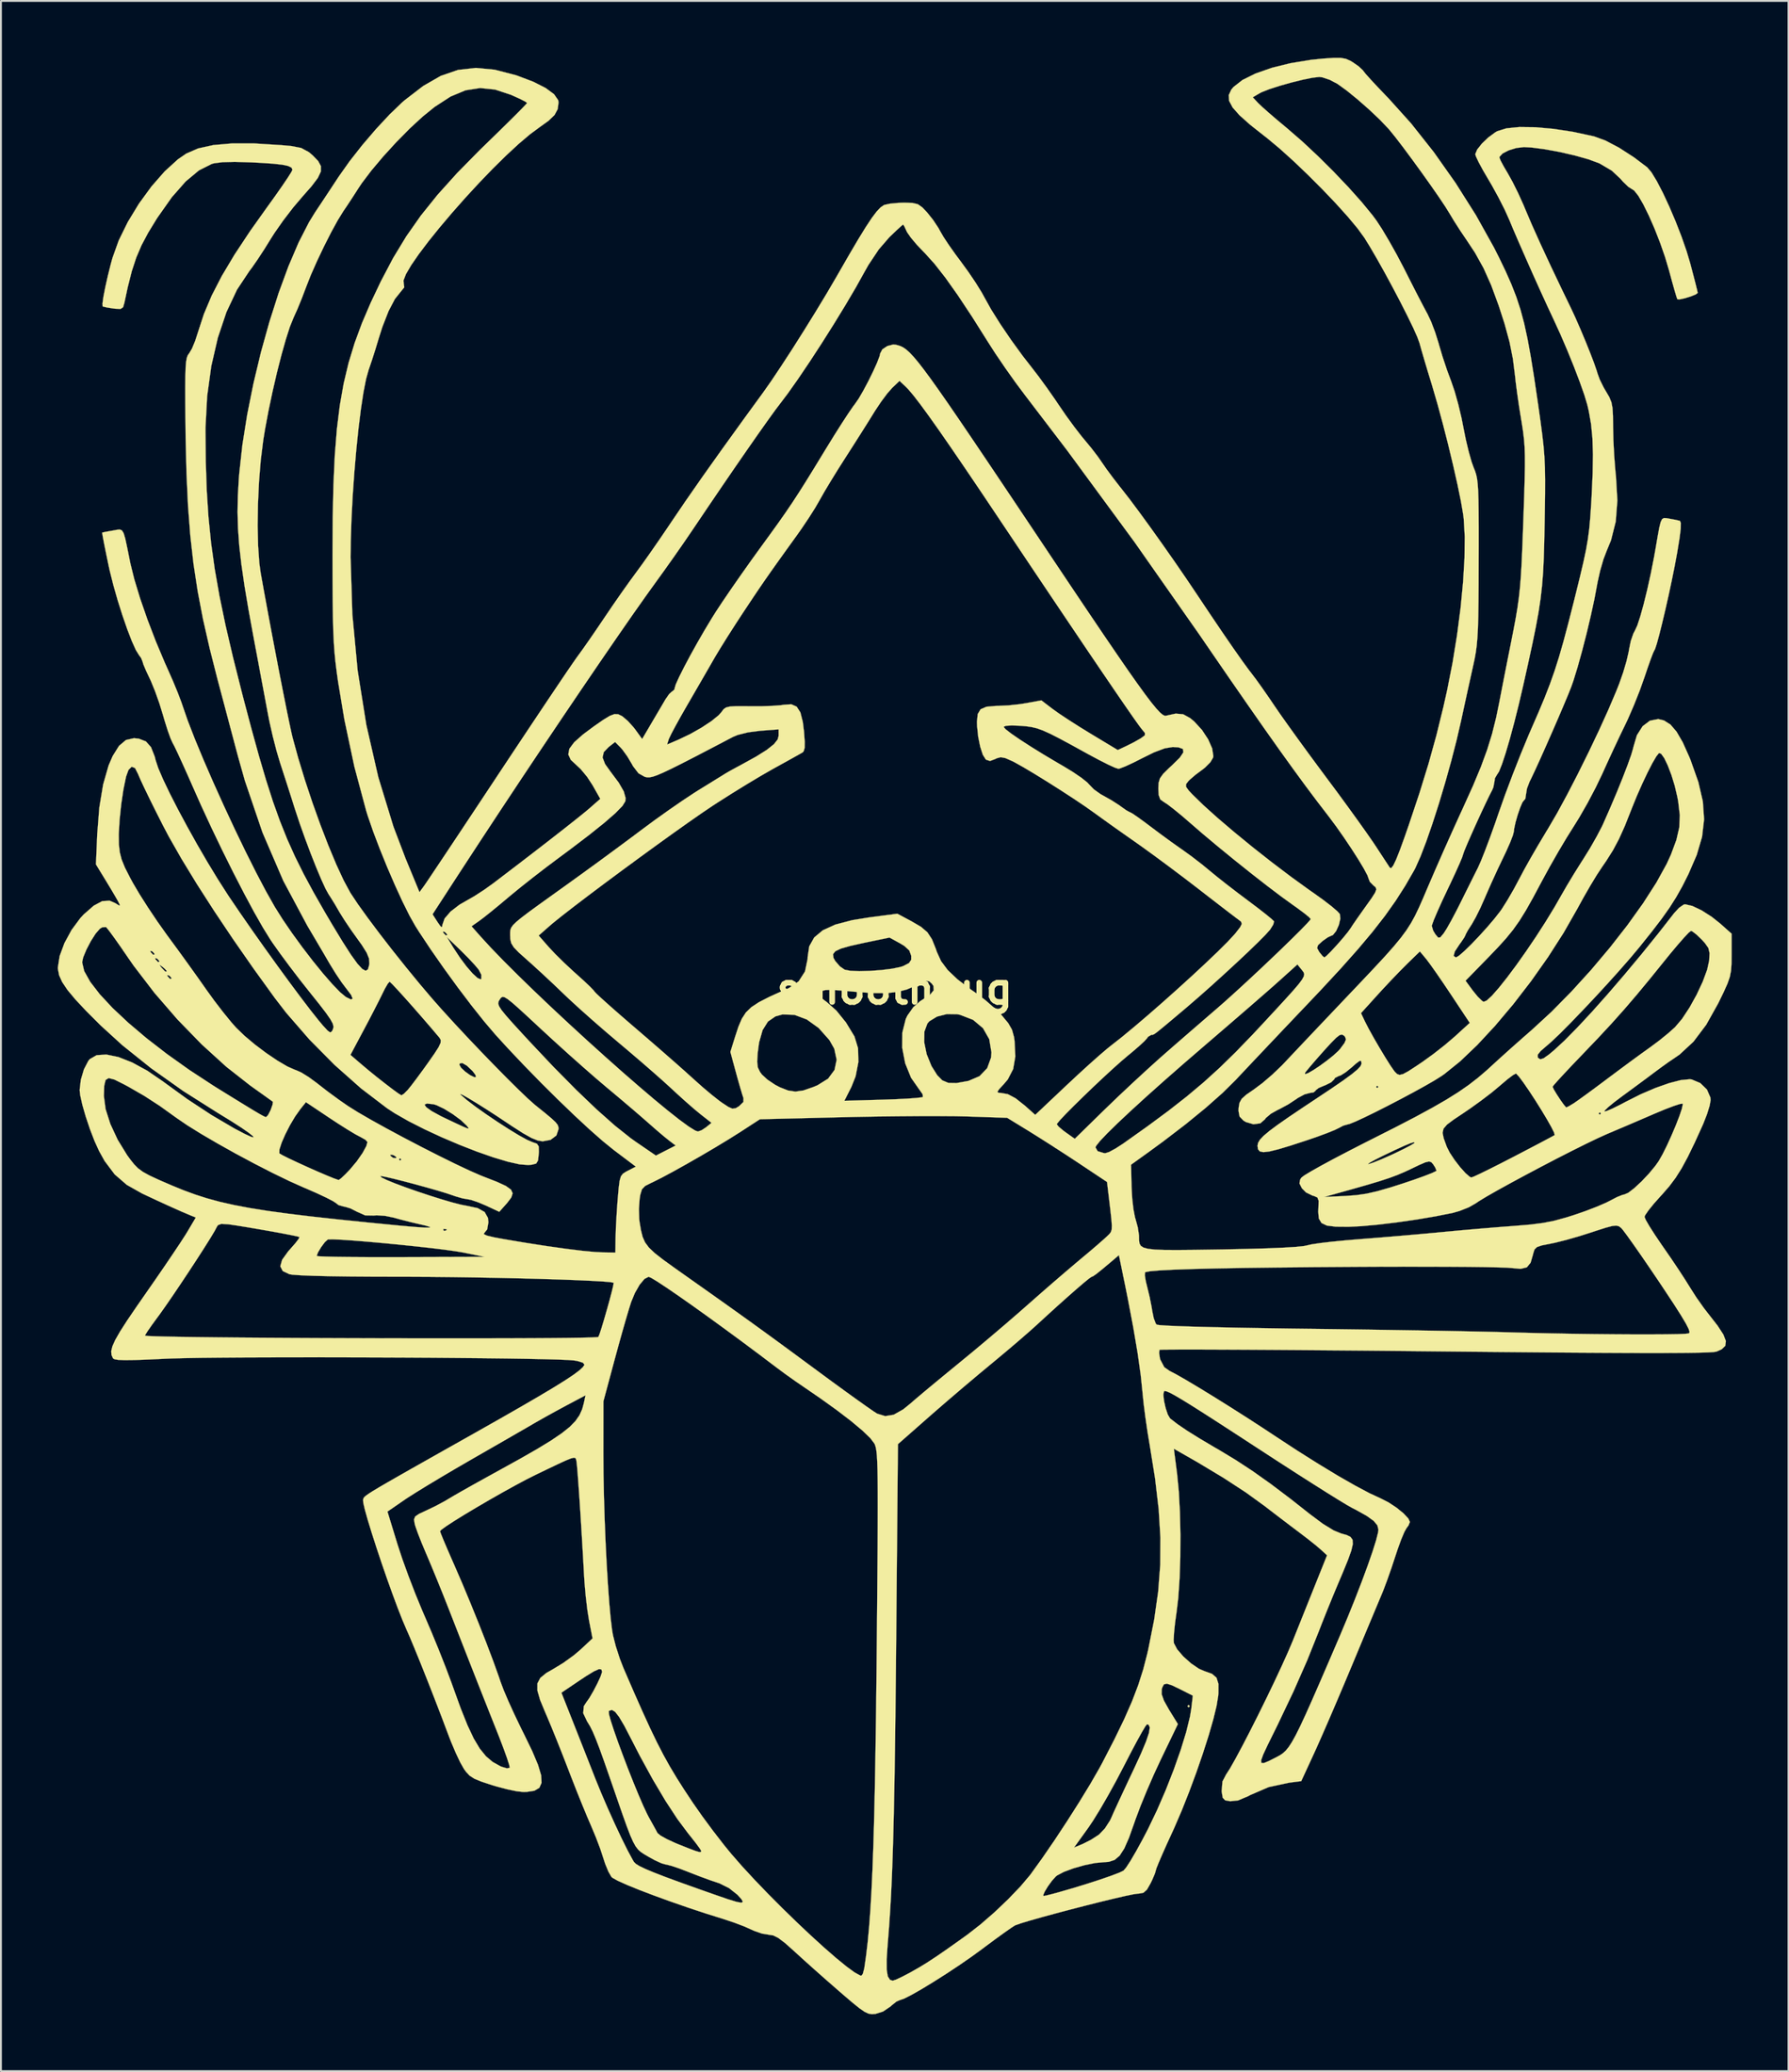
<source format=kicad_pcb>
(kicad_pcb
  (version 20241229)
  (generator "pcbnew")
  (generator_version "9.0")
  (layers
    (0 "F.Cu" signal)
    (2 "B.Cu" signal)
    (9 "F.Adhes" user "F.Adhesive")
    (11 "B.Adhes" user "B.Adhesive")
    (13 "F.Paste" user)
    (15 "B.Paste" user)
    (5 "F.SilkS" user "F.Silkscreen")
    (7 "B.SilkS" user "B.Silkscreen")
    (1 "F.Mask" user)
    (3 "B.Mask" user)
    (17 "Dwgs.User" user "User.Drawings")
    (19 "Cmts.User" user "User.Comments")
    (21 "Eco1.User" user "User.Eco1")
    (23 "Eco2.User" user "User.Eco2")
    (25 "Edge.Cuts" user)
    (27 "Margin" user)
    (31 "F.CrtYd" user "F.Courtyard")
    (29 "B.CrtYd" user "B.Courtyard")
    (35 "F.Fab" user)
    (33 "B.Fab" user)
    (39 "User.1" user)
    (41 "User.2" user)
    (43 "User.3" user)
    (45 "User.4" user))
  (footprint "smoothbug"
    (layer "F.Cu")
    (at 44.168 49.129)
    (property "Reference" "smoothbug" (at 0 0 0) (layer "F.SilkS") (effects (font (size 1.524 1.524) (thickness 0.3))))
    (attr through_hole)
    (fp_poly (pts (xy 15.572 37.845) (xy 15.508 37.909) (xy 15.444 37.845) (xy 15.508 37.781) (xy 15.572 37.845)) (stroke (width 0.01) (type solid)) (fill yes) (layer "F.SilkS"))
    (fp_poly (pts (xy 23.541 -49.123) (xy 23.809 -49.075) (xy 24.044 -48.97) (xy 24.176 -48.892) (xy 24.489 -48.672) (xy 24.704 -48.471) (xy 24.734 -48.428) (xy 24.857 -48.274) (xy 25.124 -47.976) (xy 25.497 -47.576) (xy 25.941 -47.111) (xy 26.065 -46.983) (xy 27.252 -45.664) (xy 28.445 -44.157) (xy 29.599 -42.522) (xy 30.673 -40.823) (xy 31.622 -39.12) (xy 31.88 -38.611) (xy 32.241 -37.86) (xy 32.544 -37.175) (xy 32.801 -36.517) (xy 33.021 -35.845) (xy 33.215 -35.121) (xy 33.393 -34.304) (xy 33.567 -33.355) (xy 33.747 -32.233) (xy 33.944 -30.899) (xy 33.955 -30.825) (xy 34.077 -29.961) (xy 34.17 -29.253) (xy 34.239 -28.644) (xy 34.285 -28.081) (xy 34.312 -27.508) (xy 34.322 -26.872) (xy 34.32 -26.118) (xy 34.307 -25.191) (xy 34.298 -24.634) (xy 34.277 -23.605) (xy 34.252 -22.732) (xy 34.215 -21.967) (xy 34.16 -21.268) (xy 34.082 -20.587) (xy 33.976 -19.879) (xy 33.833 -19.1) (xy 33.65 -18.204) (xy 33.42 -17.146) (xy 33.168 -16.019) (xy 32.93 -15) (xy 32.69 -14.044) (xy 32.457 -13.182) (xy 32.24 -12.444) (xy 32.048 -11.863) (xy 31.891 -11.469) (xy 31.778 -11.294) (xy 31.777 -11.293) (xy 31.674 -11.116) (xy 31.654 -10.968) (xy 31.592 -10.637) (xy 31.532 -10.497) (xy 31.38 -10.2) (xy 31.17 -9.765) (xy 30.925 -9.242) (xy 30.669 -8.682) (xy 30.425 -8.138) (xy 30.216 -7.66) (xy 30.066 -7.3) (xy 29.997 -7.109) (xy 29.995 -7.097) (xy 29.942 -6.937) (xy 29.797 -6.592) (xy 29.578 -6.106) (xy 29.306 -5.523) (xy 29.167 -5.233) (xy 28.876 -4.615) (xy 28.631 -4.068) (xy 28.449 -3.639) (xy 28.353 -3.373) (xy 28.342 -3.319) (xy 28.417 -3.072) (xy 28.538 -2.872) (xy 28.681 -2.707) (xy 28.793 -2.72) (xy 28.964 -2.923) (xy 28.974 -2.936) (xy 29.132 -3.184) (xy 29.365 -3.596) (xy 29.636 -4.108) (xy 29.818 -4.467) (xy 30.116 -5.067) (xy 30.417 -5.672) (xy 30.675 -6.188) (xy 30.778 -6.393) (xy 30.938 -6.751) (xy 31.155 -7.296) (xy 31.409 -7.971) (xy 31.678 -8.72) (xy 31.888 -9.329) (xy 32.216 -10.255) (xy 32.611 -11.306) (xy 33.032 -12.375) (xy 33.437 -13.356) (xy 33.595 -13.721) (xy 33.98 -14.605) (xy 34.302 -15.375) (xy 34.577 -16.082) (xy 34.822 -16.775) (xy 35.054 -17.504) (xy 35.288 -18.317) (xy 35.541 -19.265) (xy 35.829 -20.396) (xy 35.931 -20.805) (xy 36.167 -21.76) (xy 36.347 -22.526) (xy 36.482 -23.161) (xy 36.58 -23.724) (xy 36.652 -24.273) (xy 36.706 -24.865) (xy 36.753 -25.56) (xy 36.777 -25.974) (xy 36.832 -27.19) (xy 36.848 -28.2) (xy 36.821 -29.053) (xy 36.75 -29.796) (xy 36.631 -30.476) (xy 36.55 -30.825) (xy 36.393 -31.346) (xy 36.149 -32.037) (xy 35.843 -32.837) (xy 35.498 -33.688) (xy 35.137 -34.527) (xy 34.787 -35.292) (xy 34.479 -35.95) (xy 34.114 -36.746) (xy 33.72 -37.619) (xy 33.326 -38.507) (xy 32.958 -39.345) (xy 32.644 -40.073) (xy 32.429 -40.588) (xy 32.19 -41.118) (xy 31.865 -41.758) (xy 31.51 -42.404) (xy 31.342 -42.689) (xy 31.051 -43.187) (xy 30.818 -43.617) (xy 30.673 -43.925) (xy 30.637 -44.044) (xy 30.737 -44.286) (xy 30.988 -44.603) (xy 31.328 -44.928) (xy 31.694 -45.197) (xy 31.804 -45.259) (xy 32.285 -45.408) (xy 32.966 -45.476) (xy 33.807 -45.466) (xy 34.766 -45.38) (xy 35.801 -45.221) (xy 36.872 -44.99) (xy 36.926 -44.976) (xy 37.518 -44.758) (xy 38.227 -44.384) (xy 39 -43.885) (xy 39.712 -43.349) (xy 39.936 -43.084) (xy 40.217 -42.621) (xy 40.537 -42.005) (xy 40.874 -41.281) (xy 41.209 -40.495) (xy 41.522 -39.691) (xy 41.792 -38.915) (xy 41.981 -38.281) (xy 42.134 -37.701) (xy 42.26 -37.213) (xy 42.345 -36.87) (xy 42.376 -36.722) (xy 42.376 -36.722) (xy 42.267 -36.642) (xy 42.008 -36.538) (xy 41.695 -36.441) (xy 41.426 -36.383) (xy 41.304 -36.388) (xy 41.254 -36.525) (xy 41.154 -36.859) (xy 41.019 -37.339) (xy 40.865 -37.909) (xy 40.651 -38.627) (xy 40.389 -39.377) (xy 40.099 -40.117) (xy 39.798 -40.803) (xy 39.507 -41.394) (xy 39.243 -41.848) (xy 39.026 -42.123) (xy 38.936 -42.182) (xy 38.709 -42.327) (xy 38.425 -42.601) (xy 38.301 -42.746) (xy 37.841 -43.176) (xy 37.21 -43.548) (xy 37.152 -43.574) (xy 36.608 -43.774) (xy 35.895 -43.975) (xy 35.1 -44.158) (xy 34.31 -44.304) (xy 33.61 -44.396) (xy 33.206 -44.418) (xy 32.801 -44.37) (xy 32.399 -44.246) (xy 32.079 -44.081) (xy 31.916 -43.906) (xy 31.91 -43.867) (xy 31.972 -43.708) (xy 32.136 -43.401) (xy 32.353 -43.033) (xy 32.602 -42.585) (xy 32.894 -41.998) (xy 33.179 -41.369) (xy 33.292 -41.099) (xy 33.629 -40.308) (xy 34.075 -39.316) (xy 34.619 -38.145) (xy 35.25 -36.82) (xy 35.681 -35.93) (xy 35.917 -35.424) (xy 36.182 -34.818) (xy 36.453 -34.173) (xy 36.704 -33.549) (xy 36.911 -33.006) (xy 37.049 -32.607) (xy 37.085 -32.482) (xy 37.206 -32.15) (xy 37.413 -31.733) (xy 37.541 -31.515) (xy 37.712 -31.223) (xy 37.82 -30.959) (xy 37.879 -30.652) (xy 37.904 -30.228) (xy 37.909 -29.671) (xy 37.925 -28.961) (xy 37.968 -28.136) (xy 38.031 -27.333) (xy 38.062 -27.032) (xy 38.135 -25.768) (xy 38.05 -24.662) (xy 37.801 -23.671) (xy 37.577 -23.129) (xy 37.401 -22.67) (xy 37.228 -22.073) (xy 37.089 -21.453) (xy 37.069 -21.34) (xy 36.925 -20.573) (xy 36.732 -19.686) (xy 36.509 -18.746) (xy 36.27 -17.819) (xy 36.034 -16.971) (xy 35.817 -16.267) (xy 35.701 -15.937) (xy 35.538 -15.529) (xy 35.299 -14.958) (xy 35.009 -14.279) (xy 34.689 -13.544) (xy 34.364 -12.805) (xy 34.055 -12.114) (xy 33.786 -11.525) (xy 33.581 -11.09) (xy 33.503 -10.935) (xy 33.365 -10.574) (xy 33.314 -10.265) (xy 33.278 -10.03) (xy 33.212 -9.956) (xy 33.125 -9.844) (xy 33.004 -9.561) (xy 32.874 -9.183) (xy 32.761 -8.787) (xy 32.689 -8.45) (xy 32.675 -8.31) (xy 32.621 -8.1) (xy 32.476 -7.725) (xy 32.264 -7.247) (xy 32.113 -6.932) (xy 31.809 -6.294) (xy 31.491 -5.6) (xy 31.215 -4.974) (xy 31.144 -4.808) (xy 30.91 -4.28) (xy 30.664 -3.785) (xy 30.456 -3.416) (xy 30.43 -3.377) (xy 30.241 -3.082) (xy 30.133 -2.881) (xy 30.123 -2.846) (xy 30.052 -2.705) (xy 29.876 -2.446) (xy 29.804 -2.35) (xy 29.555 -1.971) (xy 29.494 -1.737) (xy 29.618 -1.659) (xy 29.778 -1.751) (xy 30.062 -1.997) (xy 30.43 -2.356) (xy 30.842 -2.787) (xy 31.259 -3.247) (xy 31.642 -3.696) (xy 31.951 -4.091) (xy 32.037 -4.212) (xy 32.338 -4.689) (xy 32.676 -5.273) (xy 32.979 -5.841) (xy 32.988 -5.857) (xy 33.232 -6.317) (xy 33.572 -6.923) (xy 33.968 -7.605) (xy 34.379 -8.292) (xy 34.49 -8.474) (xy 34.956 -9.272) (xy 35.485 -10.247) (xy 36.05 -11.34) (xy 36.621 -12.492) (xy 37.168 -13.642) (xy 37.662 -14.731) (xy 38.074 -15.699) (xy 38.238 -16.113) (xy 38.444 -16.701) (xy 38.618 -17.289) (xy 38.732 -17.778) (xy 38.752 -17.9) (xy 38.844 -18.354) (xy 38.981 -18.75) (xy 39.056 -18.89) (xy 39.186 -19.17) (xy 39.346 -19.656) (xy 39.526 -20.303) (xy 39.714 -21.068) (xy 39.899 -21.903) (xy 40.069 -22.765) (xy 40.141 -23.166) (xy 40.259 -23.855) (xy 40.346 -24.329) (xy 40.42 -24.628) (xy 40.497 -24.787) (xy 40.594 -24.845) (xy 40.728 -24.838) (xy 40.878 -24.811) (xy 41.209 -24.749) (xy 41.433 -24.697) (xy 41.436 -24.697) (xy 41.484 -24.587) (xy 41.479 -24.289) (xy 41.417 -23.785) (xy 41.298 -23.054) (xy 41.28 -22.953) (xy 41.154 -22.279) (xy 41.003 -21.533) (xy 40.837 -20.758) (xy 40.665 -19.997) (xy 40.498 -19.292) (xy 40.346 -18.685) (xy 40.218 -18.218) (xy 40.125 -17.934) (xy 40.09 -17.869) (xy 40.022 -17.729) (xy 39.895 -17.398) (xy 39.729 -16.928) (xy 39.573 -16.465) (xy 39.319 -15.751) (xy 39.009 -14.97) (xy 38.697 -14.25) (xy 38.567 -13.976) (xy 38.275 -13.372) (xy 37.93 -12.639) (xy 37.579 -11.879) (xy 37.34 -11.349) (xy 36.987 -10.614) (xy 36.562 -9.809) (xy 36.126 -9.047) (xy 35.851 -8.604) (xy 35.465 -7.989) (xy 35.018 -7.238) (xy 34.566 -6.446) (xy 34.162 -5.706) (xy 34.148 -5.68) (xy 33.692 -4.826) (xy 33.311 -4.149) (xy 32.969 -3.597) (xy 32.629 -3.117) (xy 32.254 -2.657) (xy 31.807 -2.165) (xy 31.314 -1.652) (xy 30.123 -0.432) (xy 30.507 0.09) (xy 30.765 0.407) (xy 30.992 0.629) (xy 31.076 0.683) (xy 31.239 0.617) (xy 31.515 0.362) (xy 31.881 -0.054) (xy 32.318 -0.602) (xy 32.804 -1.254) (xy 33.319 -1.982) (xy 33.843 -2.756) (xy 34.353 -3.548) (xy 34.829 -4.329) (xy 35.164 -4.914) (xy 35.472 -5.449) (xy 35.853 -6.081) (xy 36.239 -6.696) (xy 36.34 -6.853) (xy 36.693 -7.422) (xy 37.037 -8.025) (xy 37.316 -8.557) (xy 37.385 -8.704) (xy 37.754 -9.542) (xy 38.105 -10.369) (xy 38.418 -11.142) (xy 38.679 -11.819) (xy 38.87 -12.358) (xy 38.975 -12.716) (xy 38.984 -12.764) (xy 39.168 -13.387) (xy 39.469 -13.86) (xy 39.856 -14.152) (xy 40.294 -14.237) (xy 40.595 -14.165) (xy 40.935 -13.95) (xy 41.257 -13.576) (xy 41.583 -13.016) (xy 41.931 -12.24) (xy 41.999 -12.074) (xy 42.408 -10.917) (xy 42.646 -9.894) (xy 42.712 -8.948) (xy 42.605 -8.024) (xy 42.322 -7.064) (xy 41.882 -6.048) (xy 41.563 -5.416) (xy 41.244 -4.848) (xy 40.892 -4.292) (xy 40.472 -3.699) (xy 39.95 -3.018) (xy 39.294 -2.198) (xy 39.271 -2.17) (xy 38.801 -1.61) (xy 38.233 -0.961) (xy 37.601 -0.259) (xy 36.939 0.46) (xy 36.28 1.158) (xy 35.66 1.801) (xy 35.113 2.351) (xy 34.672 2.771) (xy 34.43 2.982) (xy 34.09 3.274) (xy 33.935 3.469) (xy 33.935 3.61) (xy 33.962 3.65) (xy 34.073 3.715) (xy 34.244 3.661) (xy 34.52 3.466) (xy 34.79 3.241) (xy 35.338 2.736) (xy 36.009 2.055) (xy 36.779 1.228) (xy 37.62 0.284) (xy 38.506 -0.746) (xy 39.412 -1.832) (xy 40.31 -2.944) (xy 41.137 -4.003) (xy 41.397 -4.283) (xy 41.636 -4.447) (xy 41.711 -4.465) (xy 42.094 -4.376) (xy 42.586 -4.142) (xy 43.119 -3.801) (xy 43.557 -3.453) (xy 44.163 -2.914) (xy 44.163 -1.795) (xy 44.159 -1.32) (xy 44.133 -0.955) (xy 44.069 -0.63) (xy 43.946 -0.278) (xy 43.746 0.168) (xy 43.46 0.756) (xy 42.827 1.888) (xy 42.151 2.785) (xy 41.418 3.464) (xy 41.115 3.672) (xy 40.838 3.859) (xy 40.449 4.138) (xy 40.078 4.413) (xy 39.643 4.739) (xy 39.097 5.142) (xy 38.541 5.551) (xy 38.375 5.672) (xy 37.957 5.988) (xy 37.639 6.25) (xy 37.463 6.423) (xy 37.443 6.469) (xy 37.577 6.442) (xy 37.881 6.312) (xy 38.302 6.103) (xy 38.576 5.958) (xy 39.364 5.561) (xy 40.144 5.227) (xy 40.867 4.972) (xy 41.484 4.813) (xy 41.949 4.767) (xy 42.057 4.778) (xy 42.511 4.968) (xy 42.862 5.309) (xy 43.045 5.729) (xy 43.057 5.865) (xy 43.005 6.163) (xy 42.869 6.603) (xy 42.676 7.098) (xy 42.643 7.174) (xy 42.215 8.117) (xy 41.851 8.866) (xy 41.526 9.467) (xy 41.211 9.966) (xy 40.881 10.407) (xy 40.509 10.835) (xy 40.437 10.912) (xy 40.068 11.325) (xy 39.777 11.685) (xy 39.601 11.942) (xy 39.568 12.028) (xy 39.638 12.197) (xy 39.83 12.528) (xy 40.117 12.976) (xy 40.469 13.497) (xy 40.545 13.606) (xy 40.96 14.205) (xy 41.365 14.808) (xy 41.714 15.344) (xy 41.961 15.74) (xy 42.297 16.268) (xy 42.694 16.83) (xy 42.941 17.149) (xy 43.423 17.767) (xy 43.728 18.235) (xy 43.862 18.58) (xy 43.831 18.831) (xy 43.641 19.015) (xy 43.365 19.138) (xy 43.22 19.16) (xy 42.922 19.179) (xy 42.462 19.194) (xy 41.83 19.204) (xy 41.019 19.21) (xy 40.018 19.212) (xy 38.82 19.21) (xy 37.415 19.203) (xy 35.794 19.192) (xy 33.949 19.177) (xy 31.869 19.158) (xy 29.548 19.135) (xy 28.504 19.124) (xy 26.604 19.104) (xy 24.776 19.086) (xy 23.036 19.071) (xy 21.4 19.057) (xy 19.884 19.046) (xy 18.504 19.037) (xy 17.277 19.031) (xy 16.218 19.027) (xy 15.344 19.026) (xy 14.671 19.028) (xy 14.215 19.032) (xy 13.992 19.04) (xy 13.973 19.043) (xy 13.951 19.205) (xy 13.997 19.502) (xy 14.008 19.547) (xy 14.224 19.959) (xy 14.494 20.15) (xy 14.854 20.338) (xy 15.389 20.644) (xy 16.063 21.046) (xy 16.84 21.522) (xy 17.682 22.048) (xy 18.554 22.602) (xy 19.417 23.161) (xy 20.103 23.614) (xy 21.262 24.373) (xy 22.369 25.07) (xy 23.392 25.689) (xy 24.302 26.21) (xy 25.066 26.615) (xy 25.633 26.877) (xy 26.056 27.092) (xy 26.482 27.373) (xy 26.852 27.674) (xy 27.106 27.948) (xy 27.187 28.127) (xy 27.11 28.316) (xy 27.007 28.453) (xy 26.894 28.655) (xy 26.732 29.04) (xy 26.547 29.546) (xy 26.419 29.931) (xy 26.211 30.559) (xy 25.992 31.183) (xy 25.795 31.708) (xy 25.713 31.91) (xy 25.583 32.219) (xy 25.371 32.724) (xy 25.095 33.383) (xy 24.771 34.157) (xy 24.417 35.004) (xy 24.111 35.739) (xy 23.718 36.674) (xy 23.316 37.621) (xy 22.927 38.527) (xy 22.574 39.338) (xy 22.28 40.002) (xy 22.129 40.334) (xy 21.452 41.802) (xy 20.829 41.881) (xy 19.736 42.115) (xy 18.753 42.539) (xy 18.663 42.589) (xy 18.124 42.818) (xy 17.706 42.862) (xy 17.437 42.812) (xy 17.31 42.676) (xy 17.259 42.376) (xy 17.254 42.324) (xy 17.296 41.82) (xy 17.488 41.453) (xy 17.693 41.134) (xy 17.983 40.622) (xy 18.34 39.957) (xy 18.742 39.181) (xy 19.171 38.332) (xy 19.605 37.451) (xy 20.026 36.578) (xy 20.412 35.752) (xy 20.745 35.015) (xy 21.004 34.405) (xy 21.023 34.359) (xy 21.333 33.585) (xy 21.668 32.748) (xy 21.989 31.947) (xy 22.256 31.28) (xy 22.269 31.248) (xy 22.816 29.885) (xy 22.481 29.579) (xy 22.208 29.346) (xy 21.813 29.032) (xy 21.383 28.703) (xy 21.379 28.7) (xy 20.933 28.364) (xy 20.375 27.94) (xy 19.797 27.498) (xy 19.529 27.291) (xy 18.535 26.571) (xy 17.348 25.797) (xy 15.947 24.956) (xy 15.438 24.665) (xy 14.73 24.262) (xy 14.898 25.565) (xy 14.99 26.508) (xy 15.049 27.603) (xy 15.076 28.783) (xy 15.07 29.976) (xy 15.032 31.115) (xy 14.962 32.131) (xy 14.876 32.856) (xy 14.794 33.449) (xy 14.74 33.969) (xy 14.719 34.353) (xy 14.73 34.516) (xy 14.903 34.844) (xy 15.229 35.224) (xy 15.638 35.589) (xy 16.055 35.873) (xy 16.336 35.994) (xy 16.742 36.139) (xy 16.98 36.344) (xy 17.082 36.666) (xy 17.081 37.165) (xy 17.07 37.304) (xy 16.985 37.827) (xy 16.812 38.537) (xy 16.566 39.392) (xy 16.26 40.346) (xy 15.912 41.353) (xy 15.535 42.371) (xy 15.145 43.353) (xy 14.757 44.254) (xy 14.663 44.461) (xy 14.367 45.105) (xy 14.115 45.672) (xy 13.922 46.121) (xy 13.808 46.408) (xy 13.785 46.489) (xy 13.731 46.675) (xy 13.596 46.995) (xy 13.507 47.18) (xy 13.31 47.525) (xy 13.126 47.69) (xy 12.88 47.736) (xy 12.837 47.737) (xy 12.603 47.77) (xy 12.167 47.86) (xy 11.573 47.997) (xy 10.864 48.169) (xy 10.085 48.365) (xy 9.278 48.573) (xy 8.489 48.782) (xy 7.759 48.981) (xy 7.135 49.158) (xy 6.658 49.302) (xy 6.373 49.403) (xy 6.336 49.42) (xy 6.138 49.548) (xy 5.782 49.797) (xy 5.313 50.137) (xy 4.777 50.534) (xy 4.595 50.671) (xy 4.018 51.09) (xy 3.374 51.534) (xy 2.702 51.978) (xy 2.041 52.397) (xy 1.429 52.769) (xy 0.906 53.068) (xy 0.51 53.27) (xy 0.281 53.352) (xy 0.27 53.353) (xy 0.085 53.436) (xy -0.172 53.642) (xy -0.218 53.687) (xy -0.616 53.957) (xy -1.016 54.083) (xy -1.206 54.097) (xy -1.386 54.068) (xy -1.593 53.97) (xy -1.866 53.782) (xy -2.242 53.478) (xy -2.761 53.035) (xy -2.931 52.887) (xy -3.542 52.354) (xy -4.178 51.792) (xy -4.77 51.262) (xy -5.249 50.826) (xy -5.312 50.768) (xy -5.788 50.344) (xy -6.138 50.079) (xy -6.408 49.943) (xy -6.636 49.907) (xy -6.998 49.847) (xy -7.426 49.699) (xy -7.558 49.638) (xy -7.947 49.465) (xy -8.472 49.266) (xy -9.023 49.082) (xy -9.052 49.073) (xy -9.986 48.78) (xy -10.93 48.467) (xy -11.85 48.147) (xy -12.711 47.834) (xy -13.48 47.541) (xy -14.123 47.279) (xy -14.605 47.063) (xy -14.893 46.904) (xy -14.949 46.856) (xy -15.108 46.58) (xy -15.28 46.164) (xy -15.383 45.849) (xy -15.542 45.366) (xy -15.766 44.774) (xy -16.009 44.192) (xy -16.032 44.139) (xy -16.236 43.665) (xy -16.501 43.024) (xy -16.798 42.285) (xy -17.098 41.52) (xy -17.22 41.203) (xy -17.516 40.44) (xy -17.824 39.664) (xy -18.115 38.949) (xy -18.358 38.369) (xy -18.436 38.19) (xy -18.715 37.517) (xy -18.824 37.135) (xy -17.591 37.135) (xy -17.021 38.575) (xy -16.741 39.284) (xy -16.41 40.122) (xy -16.073 40.978) (xy -15.8 41.674) (xy -15.492 42.427) (xy -15.143 43.238) (xy -14.776 44.051) (xy -14.419 44.811) (xy -14.095 45.462) (xy -13.832 45.95) (xy -13.763 46.065) (xy -13.665 46.164) (xy -13.469 46.285) (xy -13.155 46.436) (xy -12.701 46.626) (xy -12.085 46.864) (xy -11.285 47.158) (xy -10.279 47.517) (xy -9.445 47.811) (xy -8.782 48.039) (xy -8.336 48.174) (xy -8.086 48.217) (xy -8.012 48.168) (xy -8.092 48.026) (xy -8.3 47.797) (xy -8.742 47.447) (xy -9.25 47.193) (xy -9.314 47.172) (xy -9.719 47.036) (xy -10.252 46.841) (xy -10.806 46.627) (xy -10.871 46.601) (xy -11.355 46.415) (xy -11.771 46.275) (xy -12.044 46.204) (xy -12.083 46.2) (xy -12.312 46.135) (xy -12.671 45.969) (xy -13.013 45.78) (xy -13.223 45.656) (xy -13.393 45.544) (xy -13.538 45.415) (xy -13.672 45.242) (xy -13.808 44.997) (xy -13.961 44.65) (xy -14.143 44.174) (xy -14.37 43.541) (xy -14.654 42.722) (xy -14.994 41.738) (xy -15.311 40.826) (xy -15.564 40.122) (xy -15.767 39.591) (xy -15.933 39.196) (xy -16.078 38.904) (xy -16.215 38.679) (xy -16.231 38.655) (xy -16.44 38.218) (xy -16.431 38.112) (xy -15.094 38.112) (xy -15.084 38.259) (xy -14.991 38.602) (xy -14.829 39.1) (xy -14.615 39.713) (xy -14.362 40.399) (xy -14.088 41.12) (xy -13.805 41.834) (xy -13.531 42.502) (xy -13.281 43.082) (xy -13.068 43.536) (xy -12.974 43.716) (xy -12.759 44.101) (xy -12.587 44.414) (xy -12.519 44.542) (xy -12.361 44.673) (xy -12.027 44.86) (xy -11.578 45.067) (xy -11.412 45.135) (xy -10.868 45.352) (xy -10.518 45.483) (xy -10.32 45.541) (xy -10.232 45.539) (xy -10.211 45.488) (xy -10.211 45.485) (xy -10.287 45.356) (xy -10.488 45.081) (xy -10.778 44.712) (xy -10.901 44.56) (xy -11.467 43.802) (xy -12.097 42.841) (xy -12.766 41.715) (xy -13.453 40.461) (xy -13.912 39.569) (xy -14.265 38.888) (xy -14.54 38.421) (xy -14.753 38.146) (xy -14.923 38.043) (xy -15.067 38.087) (xy -15.094 38.112) (xy -16.431 38.112) (xy -16.408 37.846) (xy -16.289 37.663) (xy -16.114 37.415) (xy -15.901 37.049) (xy -15.691 36.646) (xy -15.525 36.286) (xy -15.446 36.049) (xy -15.444 36.027) (xy -15.481 35.903) (xy -15.613 35.891) (xy -15.868 36.004) (xy -16.276 36.252) (xy -16.651 36.501) (xy -17.591 37.135) (xy -18.824 37.135) (xy -18.858 37.018) (xy -18.857 36.646) (xy -18.704 36.356) (xy -18.39 36.098) (xy -18.032 35.893) (xy -17.494 35.566) (xy -16.935 35.162) (xy -16.592 34.872) (xy -15.947 34.271) (xy -16.133 33.314) (xy -16.221 32.76) (xy -16.304 32.061) (xy -16.369 31.329) (xy -16.394 30.952) (xy -16.45 29.937) (xy -16.509 28.927) (xy -16.568 27.956) (xy -16.626 27.061) (xy -16.68 26.276) (xy -16.727 25.638) (xy -16.765 25.181) (xy -16.792 24.941) (xy -16.794 24.933) (xy -16.814 24.825) (xy -16.849 24.756) (xy -16.93 24.735) (xy -17.09 24.774) (xy -17.36 24.883) (xy -17.772 25.072) (xy -18.359 25.353) (xy -18.943 25.634) (xy -19.449 25.888) (xy -20.051 26.21) (xy -20.714 26.577) (xy -21.402 26.969) (xy -22.077 27.363) (xy -22.703 27.738) (xy -23.244 28.073) (xy -23.663 28.346) (xy -23.925 28.535) (xy -23.996 28.614) (xy -23.947 28.756) (xy -23.812 29.088) (xy -23.609 29.565) (xy -23.357 30.144) (xy -23.243 30.402) (xy -22.826 31.365) (xy -22.388 32.414) (xy -21.953 33.489) (xy -21.544 34.531) (xy -21.184 35.483) (xy -20.896 36.285) (xy -20.802 36.563) (xy -20.64 36.994) (xy -20.388 37.586) (xy -20.075 38.273) (xy -19.731 38.99) (xy -19.573 39.307) (xy -19.129 40.222) (xy -18.825 40.943) (xy -18.661 41.492) (xy -18.638 41.888) (xy -18.755 42.153) (xy -19.014 42.307) (xy -19.415 42.369) (xy -19.616 42.373) (xy -19.958 42.334) (xy -20.454 42.23) (xy -21.019 42.081) (xy -21.252 42.011) (xy -21.809 41.828) (xy -22.182 41.674) (xy -22.433 41.513) (xy -22.625 41.308) (xy -22.736 41.152) (xy -22.929 40.811) (xy -23.166 40.311) (xy -23.41 39.736) (xy -23.525 39.44) (xy -23.896 38.456) (xy -24.283 37.451) (xy -24.667 36.469) (xy -25.03 35.559) (xy -25.354 34.765) (xy -25.619 34.133) (xy -25.756 33.824) (xy -25.972 33.318) (xy -26.226 32.672) (xy -26.504 31.925) (xy -26.794 31.116) (xy -27.082 30.282) (xy -27.355 29.464) (xy -27.601 28.7) (xy -27.807 28.028) (xy -27.933 27.579) (xy -26.771 27.579) (xy -26.235 29.329) (xy -25.985 30.086) (xy -25.661 30.98) (xy -25.3 31.917) (xy -24.935 32.804) (xy -24.797 33.122) (xy -24.439 33.958) (xy -24.062 34.875) (xy -23.705 35.78) (xy -23.403 36.582) (xy -23.304 36.858) (xy -22.904 37.965) (xy -22.548 38.853) (xy -22.219 39.551) (xy -21.899 40.087) (xy -21.572 40.489) (xy -21.22 40.787) (xy -20.824 41.009) (xy -20.741 41.045) (xy -20.467 41.125) (xy -20.32 41.098) (xy -20.316 41.091) (xy -20.347 40.937) (xy -20.458 40.592) (xy -20.636 40.097) (xy -20.864 39.498) (xy -21 39.154) (xy -21.34 38.3) (xy -21.672 37.462) (xy -22.016 36.592) (xy -22.389 35.643) (xy -22.81 34.57) (xy -23.297 33.325) (xy -23.526 32.739) (xy -23.825 31.983) (xy -24.145 31.192) (xy -24.45 30.452) (xy -24.704 29.85) (xy -24.737 29.774) (xy -24.967 29.228) (xy -25.163 28.728) (xy -25.297 28.348) (xy -25.335 28.213) (xy -25.367 27.992) (xy -25.308 27.84) (xy -25.11 27.703) (xy -24.736 27.528) (xy -24.246 27.294) (xy -23.758 27.033) (xy -23.546 26.907) (xy -23.273 26.745) (xy -22.822 26.486) (xy -22.237 26.157) (xy -21.565 25.784) (xy -20.869 25.4) (xy -19.759 24.786) (xy -19.271 24.507) (xy -15.378 24.507) (xy -15.37 25.59) (xy -15.347 26.752) (xy -15.31 27.954) (xy -15.262 29.156) (xy -15.204 30.321) (xy -15.138 31.409) (xy -15.067 32.382) (xy -14.993 33.201) (xy -14.917 33.827) (xy -14.87 34.102) (xy -14.721 34.686) (xy -14.509 35.34) (xy -14.321 35.825) (xy -13.783 37.066) (xy -13.322 38.108) (xy -12.919 38.989) (xy -12.555 39.744) (xy -12.211 40.412) (xy -11.868 41.029) (xy -11.506 41.633) (xy -11.107 42.261) (xy -10.65 42.95) (xy -10.65 42.95) (xy -10.164 43.645) (xy -9.593 44.418) (xy -9.017 45.162) (xy -8.634 45.631) (xy -8.061 46.288) (xy -7.404 47) (xy -6.688 47.745) (xy -5.938 48.498) (xy -5.179 49.237) (xy -4.436 49.938) (xy -3.734 50.577) (xy -3.097 51.132) (xy -2.55 51.579) (xy -2.119 51.894) (xy -1.828 52.055) (xy -1.761 52.071) (xy -1.682 51.964) (xy -1.61 51.695) (xy -1.604 51.662) (xy -1.535 51.185) (xy -0.426 51.185) (xy -0.425 51.742) (xy -0.367 52.101) (xy -0.248 52.288) (xy -0.104 52.332) (xy 0.071 52.273) (xy 0.4 52.119) (xy 0.817 51.9) (xy 0.881 51.864) (xy 1.301 51.625) (xy 1.717 51.37) (xy 2.177 51.068) (xy 2.726 50.691) (xy 3.41 50.207) (xy 3.829 49.906) (xy 4.522 49.367) (xy 5.263 48.723) (xy 5.989 48.032) (xy 6.197 47.815) (xy 7.836 47.815) (xy 7.855 47.864) (xy 8.014 47.832) (xy 8.34 47.75) (xy 8.66 47.663) (xy 9.414 47.445) (xy 10.159 47.216) (xy 10.846 46.994) (xy 11.428 46.792) (xy 11.856 46.629) (xy 12.071 46.526) (xy 12.214 46.36) (xy 12.444 46.006) (xy 12.738 45.503) (xy 13.072 44.894) (xy 13.365 44.333) (xy 13.845 43.331) (xy 14.306 42.267) (xy 14.728 41.19) (xy 15.094 40.152) (xy 15.385 39.204) (xy 15.583 38.395) (xy 15.653 37.969) (xy 15.732 37.291) (xy 15.082 36.962) (xy 14.637 36.747) (xy 14.363 36.657) (xy 14.208 36.693) (xy 14.12 36.853) (xy 14.091 36.956) (xy 14.087 37.218) (xy 14.208 37.558) (xy 14.475 38.033) (xy 14.476 38.035) (xy 14.942 38.79) (xy 14.032 40.678) (xy 13.669 41.46) (xy 13.303 42.303) (xy 12.969 43.119) (xy 12.704 43.824) (xy 12.64 44.009) (xy 12.362 44.79) (xy 12.114 45.354) (xy 11.87 45.732) (xy 11.606 45.957) (xy 11.297 46.06) (xy 11.05 46.077) (xy 10.576 46.121) (xy 10.01 46.237) (xy 9.433 46.401) (xy 8.925 46.59) (xy 8.566 46.779) (xy 8.5 46.832) (xy 8.292 47.064) (xy 8.084 47.351) (xy 7.918 47.624) (xy 7.836 47.815) (xy 6.197 47.815) (xy 6.636 47.357) (xy 7.142 46.758) (xy 7.182 46.704) (xy 7.784 45.868) (xy 8.168 45.309) (xy 9.459 45.309) (xy 9.924 45.115) (xy 10.357 44.896) (xy 10.769 44.631) (xy 10.785 44.618) (xy 11.086 44.305) (xy 11.355 43.891) (xy 11.418 43.761) (xy 11.551 43.459) (xy 11.771 42.979) (xy 12.053 42.373) (xy 12.372 41.691) (xy 12.606 41.197) (xy 12.995 40.354) (xy 13.263 39.715) (xy 13.417 39.259) (xy 13.461 38.969) (xy 13.401 38.826) (xy 13.31 38.803) (xy 13.224 38.912) (xy 13.044 39.215) (xy 12.788 39.676) (xy 12.477 40.261) (xy 12.129 40.935) (xy 12.093 41.005) (xy 11.686 41.783) (xy 11.254 42.566) (xy 10.834 43.291) (xy 10.46 43.897) (xy 10.217 44.257) (xy 9.459 45.309) (xy 8.168 45.309) (xy 8.437 44.917) (xy 9.102 43.908) (xy 9.742 42.902) (xy 10.319 41.957) (xy 10.795 41.131) (xy 10.957 40.832) (xy 11.592 39.601) (xy 12.107 38.539) (xy 12.52 37.601) (xy 12.849 36.739) (xy 13.114 35.91) (xy 13.332 35.067) (xy 13.382 34.845) (xy 13.694 33.271) (xy 13.904 31.802) (xy 14.013 30.381) (xy 14.022 28.952) (xy 13.931 27.457) (xy 13.741 25.838) (xy 13.466 24.124) (xy 13.341 23.368) (xy 13.227 22.586) (xy 13.136 21.871) (xy 13.09 21.412) (xy 14.175 21.412) (xy 14.211 21.738) (xy 14.296 22.117) (xy 14.409 22.456) (xy 14.53 22.662) (xy 14.536 22.667) (xy 14.923 22.966) (xy 15.421 23.305) (xy 16.067 23.708) (xy 16.895 24.199) (xy 17.104 24.319) (xy 18.001 24.86) (xy 18.9 25.45) (xy 19.848 26.123) (xy 20.892 26.911) (xy 21.911 27.714) (xy 22.597 28.226) (xy 23.167 28.574) (xy 23.561 28.735) (xy 23.851 28.816) (xy 24.051 28.915) (xy 24.16 29.063) (xy 24.175 29.293) (xy 24.095 29.638) (xy 23.918 30.132) (xy 23.642 30.805) (xy 23.417 31.335) (xy 23.123 32.038) (xy 22.812 32.801) (xy 22.529 33.511) (xy 22.383 33.888) (xy 21.763 35.436) (xy 21.045 37.066) (xy 20.204 38.834) (xy 20.017 39.213) (xy 19.675 39.906) (xy 19.447 40.393) (xy 19.337 40.697) (xy 19.347 40.842) (xy 19.479 40.849) (xy 19.736 40.744) (xy 20.121 40.549) (xy 20.161 40.528) (xy 20.333 40.434) (xy 20.489 40.328) (xy 20.639 40.189) (xy 20.794 39.998) (xy 20.965 39.734) (xy 21.163 39.377) (xy 21.397 38.907) (xy 21.678 38.303) (xy 22.017 37.545) (xy 22.425 36.613) (xy 22.912 35.487) (xy 23.487 34.15) (xy 23.898 33.171) (xy 24.289 32.202) (xy 24.648 31.275) (xy 24.962 30.425) (xy 25.218 29.687) (xy 25.405 29.093) (xy 25.509 28.679) (xy 25.528 28.53) (xy 25.469 28.299) (xy 25.273 28.066) (xy 24.908 27.804) (xy 24.343 27.488) (xy 24.13 27.38) (xy 23.867 27.231) (xy 23.419 26.96) (xy 22.814 26.584) (xy 22.081 26.121) (xy 21.247 25.589) (xy 20.342 25.006) (xy 19.393 24.39) (xy 19.28 24.316) (xy 18.102 23.548) (xy 17.12 22.911) (xy 16.316 22.394) (xy 15.672 21.986) (xy 15.171 21.677) (xy 14.796 21.456) (xy 14.529 21.312) (xy 14.352 21.236) (xy 14.249 21.216) (xy 14.21 21.231) (xy 14.175 21.412) (xy 13.09 21.412) (xy 13.08 21.316) (xy 12.982 20.368) (xy 12.817 19.204) (xy 12.588 17.851) (xy 12.3 16.337) (xy 12.166 15.671) (xy 12.051 15.112) (xy 13.198 15.112) (xy 13.25 15.432) (xy 13.321 15.718) (xy 13.449 16.243) (xy 13.557 16.786) (xy 13.59 16.997) (xy 13.668 17.378) (xy 13.774 17.653) (xy 13.823 17.715) (xy 13.98 17.741) (xy 14.375 17.768) (xy 14.991 17.795) (xy 15.813 17.823) (xy 16.822 17.849) (xy 18.003 17.875) (xy 19.338 17.899) (xy 20.81 17.922) (xy 21.698 17.934) (xy 23.188 17.953) (xy 24.687 17.974) (xy 26.161 17.997) (xy 27.575 18.02) (xy 28.895 18.043) (xy 30.086 18.066) (xy 31.113 18.088) (xy 31.942 18.108) (xy 32.356 18.119) (xy 33.451 18.15) (xy 34.59 18.176) (xy 35.744 18.197) (xy 36.883 18.213) (xy 37.977 18.224) (xy 38.995 18.231) (xy 39.909 18.231) (xy 40.687 18.226) (xy 41.301 18.216) (xy 41.719 18.199) (xy 41.913 18.177) (xy 41.914 18.176) (xy 41.948 18.106) (xy 41.897 17.938) (xy 41.75 17.65) (xy 41.495 17.224) (xy 41.122 16.638) (xy 40.617 15.874) (xy 40.344 15.464) (xy 39.844 14.726) (xy 39.381 14.05) (xy 38.974 13.468) (xy 38.648 13.012) (xy 38.424 12.713) (xy 38.337 12.613) (xy 38.218 12.524) (xy 38.077 12.487) (xy 37.863 12.509) (xy 37.528 12.598) (xy 37.02 12.76) (xy 36.76 12.847) (xy 36.108 13.053) (xy 35.443 13.243) (xy 34.864 13.389) (xy 34.595 13.445) (xy 34.149 13.533) (xy 33.893 13.621) (xy 33.763 13.748) (xy 33.697 13.953) (xy 33.685 14.008) (xy 33.557 14.448) (xy 33.358 14.69) (xy 33.031 14.77) (xy 32.552 14.727) (xy 32.296 14.708) (xy 31.81 14.692) (xy 31.119 14.678) (xy 30.249 14.667) (xy 29.224 14.66) (xy 28.071 14.656) (xy 26.814 14.655) (xy 25.478 14.658) (xy 24.379 14.664) (xy 22.132 14.68) (xy 20.14 14.7) (xy 18.4 14.723) (xy 16.914 14.75) (xy 15.678 14.781) (xy 14.693 14.816) (xy 13.958 14.855) (xy 13.471 14.897) (xy 13.231 14.944) (xy 13.209 14.957) (xy 13.198 15.112) (xy 12.051 15.112) (xy 11.832 14.048) (xy 11.423 14.395) (xy 10.958 14.785) (xy 10.652 15.031) (xy 10.472 15.157) (xy 10.392 15.189) (xy 10.268 15.271) (xy 9.988 15.499) (xy 9.583 15.846) (xy 9.085 16.284) (xy 8.523 16.787) (xy 7.931 17.326) (xy 7.538 17.688) (xy 7.133 18.052) (xy 6.59 18.525) (xy 5.971 19.052) (xy 5.336 19.583) (xy 5.106 19.773) (xy 4.416 20.346) (xy 3.621 21.016) (xy 2.805 21.713) (xy 2.054 22.363) (xy 1.84 22.551) (xy 0.169 24.021) (xy 0.078 34.124) (xy 0.057 36.402) (xy 0.034 38.445) (xy 0.01 40.271) (xy -0.016 41.902) (xy -0.045 43.357) (xy -0.077 44.655) (xy -0.112 45.817) (xy -0.151 46.861) (xy -0.195 47.809) (xy -0.245 48.679) (xy -0.3 49.491) (xy -0.361 50.266) (xy -0.373 50.403) (xy -0.426 51.185) (xy -1.535 51.185) (xy -1.512 51.024) (xy -1.428 50.315) (xy -1.353 49.519) (xy -1.286 48.621) (xy -1.226 47.604) (xy -1.173 46.452) (xy -1.125 45.15) (xy -1.083 43.681) (xy -1.046 42.03) (xy -1.014 40.181) (xy -0.984 38.119) (xy -0.958 35.826) (xy -0.944 34.333) (xy -0.927 32.501) (xy -0.914 30.908) (xy -0.903 29.534) (xy -0.897 28.364) (xy -0.894 27.379) (xy -0.895 26.562) (xy -0.9 25.897) (xy -0.909 25.365) (xy -0.923 24.948) (xy -0.941 24.631) (xy -0.965 24.394) (xy -0.994 24.222) (xy -1.028 24.095) (xy -1.067 23.998) (xy -1.069 23.994) (xy -1.286 23.706) (xy -1.703 23.304) (xy -2.298 22.806) (xy -3.05 22.23) (xy -3.94 21.591) (xy -4.715 21.06) (xy -5.231 20.706) (xy -5.763 20.328) (xy -6.197 20.008) (xy -6.199 20.006) (xy -7.123 19.308) (xy -8.056 18.612) (xy -8.974 17.937) (xy -9.854 17.298) (xy -10.672 16.713) (xy -11.404 16.199) (xy -12.026 15.773) (xy -12.514 15.451) (xy -12.844 15.251) (xy -12.987 15.189) (xy -13.207 15.302) (xy -13.462 15.606) (xy -13.714 16.047) (xy -13.908 16.515) (xy -14.025 16.885) (xy -14.191 17.443) (xy -14.389 18.133) (xy -14.602 18.898) (xy -14.769 19.509) (xy -15.375 21.762) (xy -15.378 24.507) (xy -19.271 24.507) (xy -18.854 24.268) (xy -18.134 23.828) (xy -17.574 23.448) (xy -17.152 23.111) (xy -16.847 22.798) (xy -16.635 22.492) (xy -16.493 22.175) (xy -16.407 21.858) (xy -16.317 21.443) (xy -17.317 21.973) (xy -17.882 22.278) (xy -18.465 22.6) (xy -18.952 22.876) (xy -19.018 22.914) (xy -19.333 23.098) (xy -19.828 23.383) (xy -20.458 23.747) (xy -21.184 24.164) (xy -21.961 24.61) (xy -22.337 24.826) (xy -23.141 25.292) (xy -23.929 25.757) (xy -24.655 26.193) (xy -25.27 26.571) (xy -25.729 26.863) (xy -25.862 26.953) (xy -26.771 27.579) (xy -27.933 27.579) (xy -27.959 27.487) (xy -28.045 27.116) (xy -28.057 26.968) (xy -28.048 26.916) (xy -28.031 26.867) (xy -27.989 26.811) (xy -27.903 26.736) (xy -27.756 26.632) (xy -27.53 26.488) (xy -27.207 26.294) (xy -26.77 26.04) (xy -26.201 25.714) (xy -25.482 25.305) (xy -24.595 24.804) (xy -23.523 24.199) (xy -22.247 23.481) (xy -22.143 23.422) (xy -20.8 22.662) (xy -19.667 22.013) (xy -18.729 21.467) (xy -17.972 21.014) (xy -17.38 20.645) (xy -16.939 20.351) (xy -16.634 20.122) (xy -16.45 19.949) (xy -16.373 19.829) (xy -16.458 19.721) (xy -16.758 19.631) (xy -16.938 19.602) (xy -17.242 19.579) (xy -17.776 19.557) (xy -18.516 19.537) (xy -19.438 19.518) (xy -20.515 19.501) (xy -21.725 19.486) (xy -23.041 19.473) (xy -24.439 19.461) (xy -25.894 19.452) (xy -27.382 19.445) (xy -28.878 19.441) (xy -30.357 19.438) (xy -31.794 19.439) (xy -33.165 19.442) (xy -34.445 19.447) (xy -35.609 19.456) (xy -36.633 19.467) (xy -37.491 19.482) (xy -38.159 19.5) (xy -38.478 19.513) (xy -39.416 19.557) (xy -40.127 19.582) (xy -40.639 19.588) (xy -40.98 19.574) (xy -41.176 19.54) (xy -41.252 19.493) (xy -41.332 19.318) (xy -41.348 19.116) (xy -41.287 18.859) (xy -41.135 18.521) (xy -41.005 18.295) (xy -39.568 18.295) (xy -39.444 18.312) (xy -39.086 18.328) (xy -38.516 18.344) (xy -37.755 18.359) (xy -36.825 18.372) (xy -35.748 18.385) (xy -34.544 18.397) (xy -33.236 18.407) (xy -31.845 18.416) (xy -30.392 18.424) (xy -28.9 18.43) (xy -27.388 18.435) (xy -25.88 18.438) (xy -24.397 18.44) (xy -22.96 18.44) (xy -21.59 18.439) (xy -20.309 18.436) (xy -19.14 18.431) (xy -18.102 18.424) (xy -17.219 18.415) (xy -16.51 18.404) (xy -15.999 18.391) (xy -15.705 18.376) (xy -15.642 18.365) (xy -15.581 18.222) (xy -15.475 17.899) (xy -15.341 17.455) (xy -15.195 16.95) (xy -15.054 16.443) (xy -14.935 15.994) (xy -14.856 15.663) (xy -14.832 15.509) (xy -14.834 15.505) (xy -14.991 15.473) (xy -15.376 15.439) (xy -15.961 15.405) (xy -16.718 15.37) (xy -17.619 15.336) (xy -18.638 15.304) (xy -19.746 15.274) (xy -20.915 15.248) (xy -22.119 15.225) (xy -23.328 15.207) (xy -24.516 15.194) (xy -25.655 15.188) (xy -26.102 15.187) (xy -27.51 15.184) (xy -28.755 15.175) (xy -29.82 15.159) (xy -30.691 15.138) (xy -31.35 15.111) (xy -31.781 15.08) (xy -31.941 15.055) (xy -32.296 14.887) (xy -32.425 14.637) (xy -32.329 14.293) (xy -32.184 14.092) (xy -30.506 14.092) (xy -30.383 14.109) (xy -30.034 14.124) (xy -29.487 14.137) (xy -28.773 14.146) (xy -27.919 14.152) (xy -26.954 14.154) (xy -26.07 14.153) (xy -21.635 14.138) (xy -22.783 13.907) (xy -23.198 13.838) (xy -23.781 13.757) (xy -24.492 13.671) (xy -25.291 13.582) (xy -26.136 13.494) (xy -26.986 13.412) (xy -27.801 13.339) (xy -28.539 13.279) (xy -29.16 13.236) (xy -29.623 13.215) (xy -29.887 13.218) (xy -29.923 13.225) (xy -30.076 13.363) (xy -30.271 13.625) (xy -30.438 13.905) (xy -30.506 14.092) (xy -32.184 14.092) (xy -32.006 13.845) (xy -31.891 13.716) (xy -31.622 13.408) (xy -31.45 13.181) (xy -31.412 13.093) (xy -31.549 13.054) (xy -31.886 12.984) (xy -32.368 12.891) (xy -32.944 12.786) (xy -33.554 12.679) (xy -23.826 12.679) (xy -23.808 12.755) (xy -23.741 12.764) (xy -23.636 12.717) (xy -23.656 12.679) (xy -23.807 12.663) (xy -23.826 12.679) (xy -33.554 12.679) (xy -33.56 12.678) (xy -34.164 12.575) (xy -34.703 12.488) (xy -35.123 12.426) (xy -35.177 12.419) (xy -35.534 12.398) (xy -35.719 12.465) (xy -35.784 12.571) (xy -35.894 12.779) (xy -36.122 13.158) (xy -36.442 13.667) (xy -36.827 14.265) (xy -37.251 14.913) (xy -37.688 15.57) (xy -38.11 16.196) (xy -38.493 16.751) (xy -38.808 17.195) (xy -38.891 17.306) (xy -39.193 17.719) (xy -39.426 18.054) (xy -39.554 18.259) (xy -39.568 18.295) (xy -41.005 18.295) (xy -40.88 18.076) (xy -40.508 17.497) (xy -40.005 16.758) (xy -39.574 16.138) (xy -39.046 15.379) (xy -38.54 14.643) (xy -38.085 13.971) (xy -37.706 13.404) (xy -37.433 12.982) (xy -37.338 12.828) (xy -36.884 12.062) (xy -37.173 11.946) (xy -37.607 11.762) (xy -38.222 11.488) (xy -38.97 11.145) (xy -39.72 10.794) (xy -40.528 10.338) (xy -41.165 9.787) (xy -41.695 9.081) (xy -41.989 8.552) (xy -42.23 8.022) (xy -42.472 7.393) (xy -42.693 6.735) (xy -42.871 6.117) (xy -42.974 5.656) (xy -41.736 5.656) (xy -41.647 6.339) (xy -41.395 7.128) (xy -41.008 7.96) (xy -40.511 8.77) (xy -40.348 8.994) (xy -40.138 9.258) (xy -39.93 9.468) (xy -39.676 9.654) (xy -39.33 9.845) (xy -38.842 10.072) (xy -38.167 10.364) (xy -38.149 10.372) (xy -37.533 10.624) (xy -36.921 10.849) (xy -36.29 11.051) (xy -35.617 11.234) (xy -34.877 11.402) (xy -34.046 11.56) (xy -33.1 11.711) (xy -32.016 11.86) (xy -30.77 12.011) (xy -29.337 12.168) (xy -27.695 12.336) (xy -26.102 12.492) (xy -25.333 12.56) (xy -24.814 12.595) (xy -24.544 12.595) (xy -24.521 12.561) (xy -24.742 12.493) (xy -24.997 12.433) (xy -25.55 12.304) (xy -26.115 12.159) (xy -26.43 12.071) (xy -26.895 11.974) (xy -27.343 11.944) (xy -27.495 11.957) (xy -27.949 11.948) (xy -28.375 11.758) (xy -28.721 11.582) (xy -29.022 11.491) (xy -29.069 11.487) (xy -29.353 11.406) (xy -29.47 11.313) (xy -29.637 11.201) (xy -29.992 11.017) (xy -30.486 10.785) (xy -31.07 10.529) (xy -31.188 10.48) (xy -31.949 10.139) (xy -32.834 9.71) (xy -33.792 9.219) (xy -34.771 8.695) (xy -34.816 8.67) (xy -32.477 8.67) (xy -32.467 8.683) (xy -32.312 8.776) (xy -31.978 8.943) (xy -31.522 9.157) (xy -31.001 9.395) (xy -30.469 9.631) (xy -29.982 9.84) (xy -29.598 9.997) (xy -29.371 10.077) (xy -29.341 10.082) (xy -29.219 9.996) (xy -28.983 9.772) (xy -28.746 9.524) (xy -28.385 9.093) (xy -28.319 8.998) (xy -26.166 8.998) (xy -26.102 9.062) (xy -26.038 8.998) (xy -26.102 8.935) (xy -26.166 8.998) (xy -28.319 8.998) (xy -28.146 8.749) (xy -26.623 8.749) (xy -26.612 8.808) (xy -26.475 8.914) (xy -26.329 8.932) (xy -26.293 8.885) (xy -26.394 8.803) (xy -26.492 8.758) (xy -26.623 8.749) (xy -28.146 8.749) (xy -28.084 8.661) (xy -27.885 8.293) (xy -27.825 8.079) (xy -27.929 7.962) (xy -28.183 7.818) (xy -28.206 7.807) (xy -28.465 7.669) (xy -28.875 7.423) (xy -29.375 7.106) (xy -29.83 6.807) (xy -31.073 5.976) (xy -31.365 6.339) (xy -31.641 6.727) (xy -31.916 7.19) (xy -32.163 7.672) (xy -32.357 8.117) (xy -32.471 8.469) (xy -32.477 8.67) (xy -34.816 8.67) (xy -35.721 8.164) (xy -36.592 7.656) (xy -37.333 7.196) (xy -37.894 6.813) (xy -37.906 6.804) (xy -38.789 6.171) (xy -39.596 5.648) (xy -40.433 5.165) (xy -40.706 5.019) (xy -41.181 4.783) (xy -41.482 4.705) (xy -41.648 4.807) (xy -41.719 5.115) (xy -41.736 5.653) (xy -41.736 5.656) (xy -42.974 5.656) (xy -42.985 5.61) (xy -43.014 5.337) (xy -42.951 4.793) (xy -42.788 4.244) (xy -42.559 3.804) (xy -42.479 3.705) (xy -42.118 3.498) (xy -41.606 3.464) (xy -40.97 3.595) (xy -40.24 3.883) (xy -39.442 4.318) (xy -38.604 4.892) (xy -38.547 4.935) (xy -37.328 5.819) (xy -36.067 6.648) (xy -34.864 7.355) (xy -34.813 7.383) (xy -34.286 7.659) (xy -33.962 7.807) (xy -33.83 7.837) (xy -33.88 7.759) (xy -34.101 7.583) (xy -34.482 7.319) (xy -35.012 6.978) (xy -35.68 6.569) (xy -35.707 6.553) (xy -37.545 5.39) (xy -39.243 4.186) (xy -40.761 2.971) (xy -41.906 1.927) (xy -42.658 1.176) (xy -43.234 0.562) (xy -43.653 0.06) (xy -43.934 -0.359) (xy -44.097 -0.719) (xy -44.16 -1.046) (xy -44.163 -1.131) (xy -44.121 -1.404) (xy -42.884 -1.404) (xy -42.775 -0.94) (xy -42.458 -0.373) (xy -41.953 0.282) (xy -41.278 1.007) (xy -40.449 1.785) (xy -39.487 2.6) (xy -38.407 3.435) (xy -37.23 4.273) (xy -35.972 5.097) (xy -35.739 5.243) (xy -34.933 5.741) (xy -34.317 6.119) (xy -33.866 6.394) (xy -33.552 6.58) (xy -33.35 6.693) (xy -33.233 6.75) (xy -33.177 6.765) (xy -33.074 6.66) (xy -32.94 6.404) (xy -32.929 6.378) (xy -32.833 6.104) (xy -32.815 5.957) (xy -32.818 5.953) (xy -32.935 5.868) (xy -33.216 5.666) (xy -33.617 5.38) (xy -34.015 5.096) (xy -35.278 4.105) (xy -36.575 2.925) (xy -37.854 1.61) (xy -39.065 0.211) (xy -39.785 -0.729) (xy -38.399 -0.729) (xy -38.367 -0.658) (xy -38.239 -0.521) (xy -38.165 -0.549) (xy -38.164 -0.567) (xy -38.254 -0.675) (xy -38.311 -0.714) (xy -38.399 -0.729) (xy -39.785 -0.729) (xy -40.159 -1.218) (xy -40.199 -1.275) (xy -38.794 -1.275) (xy -38.762 -1.209) (xy -38.691 -1.117) (xy -38.504 -0.918) (xy -38.421 -0.919) (xy -38.419 -0.942) (xy -38.506 -1.048) (xy -38.642 -1.165) (xy -38.794 -1.275) (xy -40.199 -1.275) (xy -40.441 -1.623) (xy -39.037 -1.623) (xy -39.006 -1.551) (xy -38.877 -1.414) (xy -38.803 -1.442) (xy -38.802 -1.46) (xy -38.893 -1.568) (xy -38.949 -1.608) (xy -39.037 -1.623) (xy -40.441 -1.623) (xy -40.481 -1.681) (xy -40.704 -2.006) (xy -39.292 -2.006) (xy -39.261 -1.934) (xy -39.132 -1.797) (xy -39.059 -1.825) (xy -39.057 -1.843) (xy -39.148 -1.951) (xy -39.205 -1.991) (xy -39.292 -2.006) (xy -40.704 -2.006) (xy -40.856 -2.228) (xy -41.187 -2.696) (xy -41.445 -3.048) (xy -41.601 -3.242) (xy -41.626 -3.265) (xy -41.812 -3.256) (xy -41.947 -3.176) (xy -42.174 -2.915) (xy -42.427 -2.518) (xy -42.66 -2.072) (xy -42.828 -1.665) (xy -42.884 -1.404) (xy -44.121 -1.404) (xy -44.07 -1.732) (xy -43.817 -2.417) (xy -43.44 -3.111) (xy -42.978 -3.736) (xy -42.795 -3.933) (xy -42.27 -4.392) (xy -41.824 -4.63) (xy -41.432 -4.654) (xy -41.14 -4.528) (xy -40.925 -4.395) (xy -40.887 -4.423) (xy -40.984 -4.618) (xy -41.128 -4.872) (xy -41.358 -5.262) (xy -41.627 -5.707) (xy -41.648 -5.742) (xy -42.155 -6.57) (xy -42.086 -8.167) (xy -42.086 -8.172) (xy -40.951 -8.172) (xy -40.944 -7.612) (xy -40.897 -7.206) (xy -40.799 -6.825) (xy -40.626 -6.4) (xy -40.351 -5.86) (xy -40.196 -5.576) (xy -39.851 -4.991) (xy -39.403 -4.287) (xy -38.907 -3.548) (xy -38.417 -2.857) (xy -38.352 -2.768) (xy -37.851 -2.087) (xy -37.315 -1.347) (xy -36.803 -0.632) (xy -36.377 -0.028) (xy -36.337 0.03) (xy -35.909 0.622) (xy -35.444 1.227) (xy -35.008 1.762) (xy -34.76 2.043) (xy -34.316 2.473) (xy -33.767 2.934) (xy -33.169 3.384) (xy -32.579 3.783) (xy -32.052 4.093) (xy -31.646 4.272) (xy -31.598 4.286) (xy -31.317 4.411) (xy -30.924 4.655) (xy -30.498 4.967) (xy -30.45 5.006) (xy -29.92 5.417) (xy -29.317 5.859) (xy -28.846 6.185) (xy -28.33 6.508) (xy -27.638 6.908) (xy -26.818 7.363) (xy -25.918 7.846) (xy -24.984 8.334) (xy -24.063 8.802) (xy -23.204 9.226) (xy -22.452 9.581) (xy -21.855 9.843) (xy -21.671 9.916) (xy -20.983 10.184) (xy -20.517 10.4) (xy -20.251 10.592) (xy -20.164 10.785) (xy -20.236 11.006) (xy -20.445 11.282) (xy -20.518 11.366) (xy -20.87 11.76) (xy -21.571 11.433) (xy -21.992 11.256) (xy -22.352 11.134) (xy -22.528 11.1) (xy -22.808 11.052) (xy -23.188 10.941) (xy -23.294 10.904) (xy -23.644 10.786) (xy -24.132 10.638) (xy -24.707 10.474) (xy -25.317 10.306) (xy -25.913 10.149) (xy -26.443 10.016) (xy -26.857 9.92) (xy -27.104 9.875) (xy -27.151 9.877) (xy -27.077 9.953) (xy -26.803 10.086) (xy -26.37 10.263) (xy -25.823 10.467) (xy -25.204 10.685) (xy -24.557 10.9) (xy -23.926 11.099) (xy -23.353 11.267) (xy -22.882 11.388) (xy -22.592 11.443) (xy -22.008 11.568) (xy -21.643 11.772) (xy -21.469 12.08) (xy -21.443 12.314) (xy -21.51 12.692) (xy -21.655 12.87) (xy -21.687 12.939) (xy -21.525 13.016) (xy -21.148 13.107) (xy -20.666 13.197) (xy -19.47 13.398) (xy -18.35 13.572) (xy -17.345 13.714) (xy -16.49 13.819) (xy -15.824 13.882) (xy -15.508 13.898) (xy -14.742 13.913) (xy -14.731 13.115) (xy -14.715 12.617) (xy -14.681 11.976) (xy -14.657 11.614) (xy -13.501 11.614) (xy -13.486 12.132) (xy -13.469 12.283) (xy -13.394 12.729) (xy -13.307 13.08) (xy -13.177 13.374) (xy -12.973 13.649) (xy -12.666 13.94) (xy -12.224 14.286) (xy -11.617 14.724) (xy -11.275 14.966) (xy -10.159 15.755) (xy -9.208 16.428) (xy -8.38 17.018) (xy -7.631 17.555) (xy -6.917 18.071) (xy -6.195 18.597) (xy -5.422 19.164) (xy -4.554 19.804) (xy -4.097 20.141) (xy -3.339 20.699) (xy -2.632 21.214) (xy -2.007 21.664) (xy -1.494 22.029) (xy -1.125 22.285) (xy -0.929 22.411) (xy -0.928 22.411) (xy -0.502 22.542) (xy -0.054 22.469) (xy 0.451 22.184) (xy 0.818 21.886) (xy 1.128 21.618) (xy 1.592 21.227) (xy 2.162 20.753) (xy 2.795 20.232) (xy 3.382 19.751) (xy 4.14 19.128) (xy 4.979 18.425) (xy 5.82 17.71) (xy 6.584 17.049) (xy 6.956 16.722) (xy 7.611 16.145) (xy 8.305 15.54) (xy 8.972 14.966) (xy 9.546 14.478) (xy 9.764 14.295) (xy 10.252 13.887) (xy 10.694 13.509) (xy 11.037 13.208) (xy 11.211 13.048) (xy 11.326 12.936) (xy 11.404 12.835) (xy 11.448 12.702) (xy 11.458 12.494) (xy 11.436 12.168) (xy 11.383 11.682) (xy 11.301 10.993) (xy 11.282 10.837) (xy 11.205 10.188) (xy 9.834 9.275) (xy 12.472 9.275) (xy 12.498 10.451) (xy 12.531 11.046) (xy 12.594 11.608) (xy 12.677 12.043) (xy 12.708 12.148) (xy 12.827 12.583) (xy 12.889 13) (xy 12.891 13.073) (xy 12.894 13.273) (xy 12.917 13.432) (xy 12.986 13.556) (xy 13.127 13.649) (xy 13.364 13.714) (xy 13.722 13.754) (xy 14.227 13.775) (xy 14.904 13.779) (xy 15.777 13.771) (xy 16.872 13.754) (xy 17.295 13.747) (xy 18.57 13.721) (xy 19.651 13.69) (xy 20.527 13.653) (xy 21.183 13.612) (xy 21.606 13.567) (xy 21.757 13.534) (xy 22.002 13.478) (xy 22.454 13.411) (xy 23.065 13.339) (xy 23.788 13.268) (xy 24.565 13.203) (xy 25.514 13.128) (xy 26.552 13.042) (xy 27.582 12.952) (xy 28.51 12.868) (xy 28.974 12.824) (xy 29.855 12.741) (xy 30.834 12.655) (xy 31.797 12.575) (xy 32.632 12.511) (xy 32.71 12.505) (xy 33.55 12.435) (xy 34.226 12.348) (xy 34.83 12.227) (xy 35.455 12.055) (xy 35.838 11.934) (xy 36.458 11.72) (xy 37.049 11.493) (xy 37.53 11.286) (xy 37.762 11.169) (xy 38.121 10.982) (xy 38.41 10.867) (xy 38.501 10.849) (xy 38.714 10.757) (xy 39.033 10.511) (xy 39.41 10.161) (xy 39.795 9.754) (xy 40.138 9.34) (xy 40.32 9.082) (xy 40.524 8.723) (xy 40.758 8.253) (xy 40.998 7.724) (xy 41.224 7.191) (xy 41.412 6.706) (xy 41.541 6.322) (xy 41.589 6.092) (xy 41.58 6.054) (xy 41.44 6.071) (xy 41.115 6.176) (xy 40.655 6.351) (xy 40.12 6.574) (xy 39.419 6.876) (xy 38.657 7.203) (xy 37.946 7.505) (xy 37.589 7.656) (xy 37.117 7.869) (xy 36.495 8.168) (xy 35.761 8.533) (xy 34.956 8.944) (xy 34.119 9.38) (xy 33.289 9.82) (xy 32.505 10.243) (xy 31.807 10.628) (xy 31.233 10.955) (xy 30.823 11.204) (xy 30.663 11.313) (xy 30.296 11.523) (xy 29.803 11.718) (xy 29.443 11.819) (xy 28.549 11.998) (xy 27.546 12.168) (xy 26.507 12.318) (xy 25.505 12.439) (xy 24.612 12.52) (xy 23.954 12.552) (xy 23.272 12.546) (xy 22.808 12.488) (xy 22.523 12.352) (xy 22.382 12.116) (xy 22.349 11.756) (xy 22.361 11.523) (xy 22.372 11.179) (xy 22.307 11.006) (xy 22.246 10.979) (xy 22.656 10.979) (xy 23.815 10.924) (xy 24.369 10.882) (xy 24.897 10.805) (xy 25.467 10.675) (xy 26.152 10.478) (xy 26.782 10.278) (xy 27.415 10.065) (xy 27.95 9.873) (xy 28.348 9.718) (xy 28.564 9.616) (xy 28.591 9.59) (xy 28.523 9.422) (xy 28.416 9.254) (xy 28.317 9.142) (xy 28.197 9.104) (xy 28 9.151) (xy 27.672 9.293) (xy 27.299 9.472) (xy 26.909 9.655) (xy 26.527 9.817) (xy 26.105 9.974) (xy 25.599 10.14) (xy 24.962 10.331) (xy 24.148 10.563) (xy 23.613 10.713) (xy 22.656 10.979) (xy 22.246 10.979) (xy 22.124 10.924) (xy 22.046 10.905) (xy 21.707 10.739) (xy 21.488 10.518) (xy 21.359 10.263) (xy 21.396 10.061) (xy 21.46 9.96) (xy 21.615 9.841) (xy 21.969 9.627) (xy 22.493 9.332) (xy 22.66 9.242) (xy 24.971 9.242) (xy 25.017 9.244) (xy 25.274 9.157) (xy 25.688 8.99) (xy 26.184 8.771) (xy 26.389 8.676) (xy 26.851 8.452) (xy 27.21 8.265) (xy 27.414 8.142) (xy 27.442 8.114) (xy 27.389 8.091) (xy 27.213 8.142) (xy 26.886 8.278) (xy 26.381 8.51) (xy 25.783 8.795) (xy 25.357 9.007) (xy 25.076 9.163) (xy 24.971 9.242) (xy 22.66 9.242) (xy 23.158 8.973) (xy 23.933 8.567) (xy 24.79 8.128) (xy 25.145 7.949) (xy 25.846 7.594) (xy 28.911 7.594) (xy 28.968 7.875) (xy 29.109 8.266) (xy 29.134 8.334) (xy 29.295 8.65) (xy 29.546 9.028) (xy 29.839 9.407) (xy 30.124 9.724) (xy 30.351 9.918) (xy 30.431 9.951) (xy 30.576 9.896) (xy 30.91 9.741) (xy 31.394 9.503) (xy 31.992 9.202) (xy 32.665 8.856) (xy 33.333 8.507) (xy 33.92 8.2) (xy 34.389 7.952) (xy 34.704 7.783) (xy 34.829 7.713) (xy 34.829 7.713) (xy 34.798 7.582) (xy 34.651 7.287) (xy 34.417 6.873) (xy 34.237 6.573) (xy 37.143 6.573) (xy 37.207 6.637) (xy 37.27 6.573) (xy 37.207 6.51) (xy 37.143 6.573) (xy 34.237 6.573) (xy 34.125 6.388) (xy 33.804 5.875) (xy 33.482 5.382) (xy 33.331 5.163) (xy 34.718 5.163) (xy 34.781 5.305) (xy 34.938 5.566) (xy 35.133 5.863) (xy 35.315 6.118) (xy 35.43 6.25) (xy 35.441 6.254) (xy 35.573 6.193) (xy 35.822 6.043) (xy 35.839 6.033) (xy 36.067 5.875) (xy 36.449 5.6) (xy 36.938 5.241) (xy 37.484 4.834) (xy 37.63 4.724) (xy 38.237 4.271) (xy 38.851 3.817) (xy 39.404 3.413) (xy 39.829 3.108) (xy 39.864 3.084) (xy 40.347 2.724) (xy 40.83 2.332) (xy 41.178 2.021) (xy 41.551 1.581) (xy 41.944 0.985) (xy 42.32 0.307) (xy 42.643 -0.383) (xy 42.876 -1.014) (xy 42.981 -1.491) (xy 43.002 -1.889) (xy 42.938 -2.162) (xy 42.749 -2.428) (xy 42.598 -2.593) (xy 42.319 -2.863) (xy 42.097 -3.033) (xy 42.023 -3.063) (xy 41.902 -2.969) (xy 41.654 -2.707) (xy 41.31 -2.314) (xy 40.899 -1.823) (xy 40.658 -1.525) (xy 39.849 -0.525) (xy 39.143 0.327) (xy 38.49 1.088) (xy 37.84 1.816) (xy 37.143 2.566) (xy 36.35 3.396) (xy 36.281 3.468) (xy 35.775 3.996) (xy 35.338 4.46) (xy 34.997 4.83) (xy 34.781 5.075) (xy 34.718 5.163) (xy 33.331 5.163) (xy 33.188 4.955) (xy 32.953 4.638) (xy 32.804 4.478) (xy 32.779 4.467) (xy 32.629 4.547) (xy 32.348 4.758) (xy 31.993 5.058) (xy 31.93 5.113) (xy 31.504 5.468) (xy 30.948 5.892) (xy 30.351 6.321) (xy 30.018 6.548) (xy 29.49 6.9) (xy 29.146 7.158) (xy 28.961 7.373) (xy 28.911 7.594) (xy 25.846 7.594) (xy 26.409 7.31) (xy 27.472 6.758) (xy 28.361 6.276) (xy 29.108 5.846) (xy 29.741 5.45) (xy 30.29 5.069) (xy 30.785 4.686) (xy 31.256 4.282) (xy 31.468 4.088) (xy 31.939 3.657) (xy 32.523 3.132) (xy 33.14 2.585) (xy 33.615 2.17) (xy 34.654 1.214) (xy 35.707 0.146) (xy 36.746 -0.996) (xy 37.743 -2.179) (xy 38.669 -3.365) (xy 39.496 -4.52) (xy 40.195 -5.608) (xy 40.738 -6.592) (xy 40.963 -7.083) (xy 41.251 -7.858) (xy 41.404 -8.519) (xy 41.432 -9.166) (xy 41.347 -9.893) (xy 41.303 -10.127) (xy 41.165 -10.716) (xy 40.99 -11.285) (xy 40.798 -11.789) (xy 40.61 -12.18) (xy 40.444 -12.411) (xy 40.333 -12.444) (xy 40.194 -12.274) (xy 39.983 -11.914) (xy 39.725 -11.411) (xy 39.442 -10.812) (xy 39.157 -10.166) (xy 38.894 -9.518) (xy 38.862 -9.436) (xy 38.525 -8.586) (xy 38.218 -7.906) (xy 37.904 -7.317) (xy 37.543 -6.745) (xy 37.336 -6.446) (xy 37.057 -6.023) (xy 36.709 -5.45) (xy 36.338 -4.805) (xy 36.013 -4.212) (xy 35.295 -2.955) (xy 34.474 -1.675) (xy 33.58 -0.408) (xy 32.64 0.811) (xy 31.683 1.946) (xy 30.739 2.962) (xy 29.837 3.823) (xy 29.004 4.493) (xy 28.846 4.603) (xy 28.479 4.833) (xy 27.971 5.125) (xy 27.365 5.459) (xy 26.702 5.813) (xy 26.025 6.165) (xy 25.376 6.494) (xy 24.795 6.777) (xy 24.326 6.994) (xy 24.011 7.122) (xy 23.908 7.148) (xy 23.672 7.214) (xy 23.449 7.332) (xy 23.217 7.445) (xy 22.803 7.612) (xy 22.269 7.809) (xy 21.762 7.983) (xy 20.898 8.265) (xy 20.244 8.462) (xy 19.773 8.577) (xy 19.456 8.613) (xy 19.265 8.573) (xy 19.171 8.46) (xy 19.146 8.278) (xy 19.146 8.277) (xy 19.173 8.128) (xy 19.271 7.962) (xy 19.46 7.759) (xy 19.763 7.503) (xy 20.201 7.176) (xy 20.796 6.761) (xy 21.57 6.24) (xy 22.241 5.795) (xy 23.057 5.251) (xy 23.176 5.169) (xy 25.4 5.169) (xy 25.464 5.233) (xy 25.528 5.169) (xy 25.464 5.106) (xy 25.4 5.169) (xy 23.176 5.169) (xy 23.678 4.825) (xy 24.124 4.498) (xy 24.417 4.255) (xy 24.58 4.078) (xy 24.634 3.952) (xy 24.634 3.944) (xy 24.616 3.804) (xy 24.532 3.798) (xy 24.339 3.942) (xy 24.123 4.133) (xy 23.805 4.393) (xy 23.54 4.561) (xy 23.435 4.595) (xy 23.235 4.697) (xy 23.189 4.774) (xy 23.031 4.928) (xy 22.73 5.079) (xy 22.665 5.103) (xy 22.37 5.228) (xy 22.216 5.349) (xy 22.209 5.371) (xy 22.101 5.462) (xy 21.915 5.488) (xy 21.629 5.564) (xy 21.279 5.751) (xy 21.181 5.82) (xy 20.765 6.093) (xy 20.297 6.345) (xy 20.208 6.386) (xy 19.849 6.587) (xy 19.585 6.811) (xy 19.533 6.884) (xy 19.292 7.093) (xy 18.931 7.141) (xy 18.531 7.023) (xy 18.401 6.944) (xy 18.199 6.733) (xy 18.142 6.431) (xy 18.15 6.274) (xy 18.195 6.01) (xy 18.311 5.8) (xy 18.55 5.584) (xy 18.954 5.305) (xy 19.406 4.968) (xy 19.929 4.52) (xy 20.019 4.434) (xy 21.65 4.434) (xy 21.66 4.501) (xy 21.825 4.439) (xy 22.1 4.28) (xy 22.44 4.054) (xy 22.8 3.791) (xy 23.136 3.523) (xy 23.403 3.28) (xy 23.506 3.166) (xy 23.735 2.856) (xy 23.815 2.666) (xy 23.766 2.528) (xy 23.715 2.472) (xy 23.612 2.407) (xy 23.484 2.433) (xy 23.296 2.577) (xy 23.011 2.865) (xy 22.634 3.279) (xy 22.254 3.709) (xy 21.936 4.079) (xy 21.719 4.34) (xy 21.65 4.434) (xy 20.019 4.434) (xy 20.427 4.043) (xy 20.55 3.915) (xy 20.868 3.577) (xy 21.328 3.09) (xy 21.894 2.491) (xy 22.533 1.817) (xy 23.045 1.278) (xy 24.606 1.278) (xy 24.816 1.722) (xy 25.012 2.103) (xy 25.281 2.588) (xy 25.588 3.116) (xy 25.894 3.624) (xy 26.163 4.05) (xy 26.358 4.331) (xy 26.395 4.376) (xy 26.516 4.494) (xy 26.644 4.538) (xy 26.824 4.495) (xy 27.1 4.347) (xy 27.514 4.078) (xy 27.857 3.847) (xy 28.418 3.442) (xy 29.02 2.971) (xy 29.538 2.53) (xy 29.565 2.506) (xy 30.347 1.793) (xy 29.35 0.29) (xy 28.96 -0.291) (xy 28.592 -0.827) (xy 28.282 -1.266) (xy 28.067 -1.555) (xy 28.034 -1.595) (xy 27.715 -1.978) (xy 27.058 -1.34) (xy 26.673 -0.954) (xy 26.198 -0.46) (xy 25.71 0.061) (xy 25.503 0.288) (xy 24.606 1.278) (xy 23.045 1.278) (xy 23.211 1.103) (xy 23.759 0.525) (xy 24.615 -0.376) (xy 25.317 -1.12) (xy 25.886 -1.734) (xy 26.341 -2.248) (xy 26.706 -2.69) (xy 27 -3.087) (xy 27.244 -3.468) (xy 27.46 -3.861) (xy 27.668 -4.295) (xy 27.89 -4.798) (xy 28.138 -5.381) (xy 28.519 -6.264) (xy 28.962 -7.273) (xy 29.423 -8.304) (xy 29.853 -9.252) (xy 30.001 -9.573) (xy 30.522 -10.726) (xy 30.936 -11.719) (xy 31.263 -12.609) (xy 31.525 -13.457) (xy 31.741 -14.323) (xy 31.893 -15.061) (xy 32.023 -15.732) (xy 32.182 -16.547) (xy 32.35 -17.399) (xy 32.495 -18.125) (xy 32.646 -18.888) (xy 32.768 -19.533) (xy 32.864 -20.105) (xy 32.94 -20.649) (xy 33 -21.21) (xy 33.048 -21.832) (xy 33.089 -22.56) (xy 33.127 -23.44) (xy 33.167 -24.515) (xy 33.181 -24.91) (xy 33.219 -25.997) (xy 33.244 -26.87) (xy 33.257 -27.567) (xy 33.256 -28.129) (xy 33.241 -28.596) (xy 33.209 -29.009) (xy 33.162 -29.406) (xy 33.097 -29.828) (xy 33.066 -30.016) (xy 32.954 -30.708) (xy 32.851 -31.416) (xy 32.77 -32.039) (xy 32.736 -32.356) (xy 32.623 -33.254) (xy 32.444 -34.145) (xy 32.181 -35.109) (xy 31.873 -36.058) (xy 31.478 -37.13) (xy 31.075 -38.032) (xy 30.623 -38.845) (xy 30.187 -39.504) (xy 29.85 -40.002) (xy 29.513 -40.528) (xy 29.285 -40.908) (xy 29.056 -41.277) (xy 28.707 -41.798) (xy 28.274 -42.421) (xy 27.792 -43.098) (xy 27.298 -43.777) (xy 26.828 -44.41) (xy 26.417 -44.946) (xy 26.101 -45.335) (xy 26.066 -45.375) (xy 25.618 -45.848) (xy 25.051 -46.385) (xy 24.439 -46.924) (xy 23.854 -47.4) (xy 23.367 -47.752) (xy 23.365 -47.753) (xy 22.96 -47.967) (xy 22.567 -48.099) (xy 22.407 -48.119) (xy 22.052 -48.079) (xy 21.534 -47.974) (xy 20.929 -47.824) (xy 20.315 -47.651) (xy 19.768 -47.474) (xy 19.365 -47.316) (xy 19.261 -47.262) (xy 18.895 -47.046) (xy 19.18 -46.74) (xy 19.387 -46.542) (xy 19.743 -46.226) (xy 20.199 -45.834) (xy 20.708 -45.409) (xy 20.741 -45.381) (xy 21.505 -44.719) (xy 22.323 -43.954) (xy 23.148 -43.135) (xy 23.936 -42.308) (xy 24.638 -41.523) (xy 25.21 -40.826) (xy 25.425 -40.536) (xy 25.723 -40.079) (xy 26.088 -39.465) (xy 26.479 -38.768) (xy 26.853 -38.059) (xy 26.929 -37.909) (xy 27.262 -37.25) (xy 27.583 -36.622) (xy 27.862 -36.086) (xy 28.068 -35.698) (xy 28.116 -35.611) (xy 28.309 -35.201) (xy 28.517 -34.652) (xy 28.698 -34.078) (xy 28.714 -34.017) (xy 28.907 -33.367) (xy 29.144 -32.656) (xy 29.366 -32.058) (xy 29.548 -31.527) (xy 29.739 -30.846) (xy 29.913 -30.115) (xy 30.006 -29.642) (xy 30.139 -28.98) (xy 30.292 -28.34) (xy 30.444 -27.806) (xy 30.548 -27.517) (xy 30.623 -27.331) (xy 30.683 -27.144) (xy 30.73 -26.927) (xy 30.764 -26.649) (xy 30.789 -26.281) (xy 30.805 -25.794) (xy 30.814 -25.159) (xy 30.818 -24.345) (xy 30.818 -23.323) (xy 30.816 -22.592) (xy 30.813 -21.407) (xy 30.806 -20.443) (xy 30.795 -19.667) (xy 30.777 -19.045) (xy 30.75 -18.544) (xy 30.714 -18.129) (xy 30.666 -17.768) (xy 30.605 -17.426) (xy 30.536 -17.104) (xy 30.4 -16.491) (xy 30.231 -15.727) (xy 30.053 -14.911) (xy 29.892 -14.168) (xy 29.651 -13.125) (xy 29.365 -12.015) (xy 29.048 -10.883) (xy 28.715 -9.77) (xy 28.377 -8.722) (xy 28.05 -7.779) (xy 27.746 -6.987) (xy 27.48 -6.389) (xy 27.409 -6.254) (xy 26.941 -5.442) (xy 26.435 -4.65) (xy 25.867 -3.849) (xy 25.213 -3.01) (xy 24.45 -2.102) (xy 23.555 -1.095) (xy 22.504 0.039) (xy 21.994 0.578) (xy 21.228 1.383) (xy 20.474 2.177) (xy 19.762 2.929) (xy 19.12 3.607) (xy 18.578 4.181) (xy 18.166 4.619) (xy 17.997 4.799) (xy 17.3 5.489) (xy 16.408 6.278) (xy 15.35 7.142) (xy 14.154 8.057) (xy 13.375 8.626) (xy 12.472 9.275) (xy 9.834 9.275) (xy 9.737 9.21) (xy 9.062 8.766) (xy 8.439 8.363) (xy 10.594 8.363) (xy 10.71 8.564) (xy 11.038 8.663) (xy 11.115 8.669) (xy 11.316 8.605) (xy 11.649 8.425) (xy 12.045 8.17) (xy 12.056 8.162) (xy 13.338 7.251) (xy 14.445 6.433) (xy 15.42 5.67) (xy 16.307 4.925) (xy 17.15 4.159) (xy 17.993 3.336) (xy 18.88 2.418) (xy 19.38 1.883) (xy 20.082 1.126) (xy 20.628 0.532) (xy 21.035 0.08) (xy 21.32 -0.254) (xy 21.499 -0.494) (xy 21.59 -0.663) (xy 21.61 -0.785) (xy 21.576 -0.882) (xy 21.503 -0.979) (xy 21.473 -1.016) (xy 21.251 -1.291) (xy 20.294 -0.429) (xy 19.949 -0.122) (xy 19.444 0.32) (xy 18.814 0.868) (xy 18.093 1.492) (xy 17.316 2.162) (xy 16.516 2.849) (xy 16.338 3.002) (xy 15.217 3.969) (xy 14.184 4.875) (xy 13.252 5.707) (xy 12.438 6.451) (xy 11.753 7.094) (xy 11.214 7.622) (xy 10.834 8.023) (xy 10.628 8.282) (xy 10.594 8.363) (xy 8.439 8.363) (xy 8.331 8.293) (xy 7.636 7.851) (xy 7.102 7.517) (xy 5.935 6.802) (xy 3.846 6.731) (xy 3.195 6.717) (xy 2.339 6.711) (xy 1.329 6.711) (xy 0.214 6.72) (xy -0.954 6.734) (xy -2.126 6.756) (xy -2.679 6.768) (xy -7.115 6.877) (xy -8.184 7.571) (xy -8.776 7.943) (xy -9.475 8.366) (xy -10.23 8.81) (xy -10.99 9.245) (xy -11.701 9.641) (xy -12.311 9.968) (xy -12.769 10.197) (xy -12.848 10.233) (xy -13.169 10.395) (xy -13.341 10.574) (xy -13.429 10.863) (xy -13.466 11.103) (xy -13.501 11.614) (xy -14.657 11.614) (xy -14.636 11.305) (xy -14.617 11.066) (xy -14.566 10.493) (xy -14.517 10.119) (xy -14.45 9.89) (xy -14.344 9.75) (xy -14.18 9.645) (xy -14.087 9.596) (xy -13.662 9.378) (xy -14.84 8.489) (xy -15.404 8.032) (xy -16.102 7.418) (xy -16.9 6.678) (xy -17.764 5.847) (xy -18.66 4.957) (xy -19.554 4.043) (xy -20.411 3.137) (xy -21.081 2.403) (xy -21.664 1.718) (xy -22.338 0.871) (xy -22.407 0.779) (xy -20.925 0.779) (xy -20.877 0.921) (xy -20.747 1.122) (xy -20.513 1.409) (xy -20.157 1.812) (xy -19.659 2.356) (xy -19.287 2.759) (xy -17.996 4.128) (xy -16.803 5.335) (xy -15.72 6.37) (xy -14.758 7.222) (xy -13.929 7.881) (xy -13.659 8.073) (xy -12.603 8.795) (xy -12.082 8.529) (xy -11.561 8.264) (xy -11.917 7.993) (xy -12.192 7.771) (xy -12.574 7.447) (xy -12.983 7.088) (xy -12.997 7.075) (xy -13.368 6.751) (xy -13.875 6.315) (xy -14.457 5.821) (xy -15.054 5.32) (xy -15.189 5.208) (xy -15.762 4.721) (xy -16.459 4.112) (xy -17.221 3.435) (xy -17.986 2.742) (xy -18.656 2.126) (xy -19.315 1.513) (xy -19.813 1.056) (xy -20.175 0.736) (xy -20.428 0.536) (xy -20.596 0.436) (xy -20.705 0.42) (xy -20.781 0.468) (xy -20.849 0.562) (xy -20.849 0.562) (xy -20.909 0.669) (xy -20.925 0.779) (xy -22.407 0.779) (xy -23.06 -0.081) (xy -23.788 -1.083) (xy -24.481 -2.076) (xy -24.925 -2.744) (xy -23.642 -2.744) (xy -23.29 -2.17) (xy -22.944 -1.645) (xy -22.595 -1.18) (xy -22.275 -0.811) (xy -22.015 -0.574) (xy -21.848 -0.504) (xy -21.816 -0.527) (xy -21.814 -0.743) (xy -21.953 -1.014) (xy -22.16 -1.262) (xy -22.487 -1.613) (xy -22.868 -1.996) (xy -22.916 -2.042) (xy -23.642 -2.744) (xy -24.925 -2.744) (xy -25.098 -3.004) (xy -25.112 -3.027) (xy -23.848 -3.027) (xy -23.817 -2.955) (xy -23.688 -2.818) (xy -23.614 -2.846) (xy -23.613 -2.864) (xy -23.704 -2.972) (xy -23.76 -3.012) (xy -23.848 -3.027) (xy -25.112 -3.027) (xy -25.297 -3.319) (xy -25.61 -3.873) (xy -25.641 -3.937) (xy -24.391 -3.937) (xy -24.132 -3.532) (xy -23.964 -3.293) (xy -23.887 -3.262) (xy -23.882 -3.304) (xy -22.333 -3.304) (xy -21.86 -2.769) (xy -21.31 -2.17) (xy -20.643 -1.48) (xy -19.878 -0.717) (xy -19.037 0.101) (xy -18.139 0.955) (xy -17.205 1.826) (xy -16.255 2.698) (xy -15.31 3.551) (xy -14.39 4.368) (xy -13.515 5.129) (xy -12.706 5.818) (xy -11.983 6.414) (xy -11.366 6.901) (xy -10.876 7.26) (xy -10.533 7.473) (xy -10.385 7.525) (xy -10.187 7.455) (xy -9.953 7.299) (xy -9.668 7.068) (xy -10.226 6.631) (xy -10.57 6.348) (xy -11.023 5.953) (xy -11.511 5.512) (xy -11.743 5.296) (xy -12.166 4.91) (xy -12.73 4.41) (xy -13.381 3.845) (xy -14.062 3.263) (xy -14.551 2.851) (xy -15.234 2.272) (xy -15.94 1.658) (xy -16.609 1.063) (xy -17.181 0.539) (xy -17.486 0.249) (xy -18.026 -0.267) (xy -18.607 -0.81) (xy -19.145 -1.302) (xy -19.433 -1.558) (xy -19.848 -1.93) (xy -20.104 -2.196) (xy -20.238 -2.412) (xy -20.288 -2.634) (xy -20.294 -2.809) (xy -20.295 -2.815) (xy -18.791 -2.815) (xy -18.256 -2.205) (xy -17.907 -1.833) (xy -17.446 -1.379) (xy -16.956 -0.922) (xy -16.806 -0.789) (xy -16.406 -0.428) (xy -16.086 -0.124) (xy -15.888 0.081) (xy -15.849 0.135) (xy -15.743 0.249) (xy -15.472 0.503) (xy -15.063 0.87) (xy -14.545 1.326) (xy -13.947 1.844) (xy -13.68 2.073) (xy -12.985 2.671) (xy -12.29 3.274) (xy -11.642 3.841) (xy -11.087 4.332) (xy -10.674 4.705) (xy -10.623 4.751) (xy -10.146 5.177) (xy -9.663 5.584) (xy -9.251 5.909) (xy -9.116 6.006) (xy -8.777 6.229) (xy -8.565 6.32) (xy -8.396 6.297) (xy -8.216 6.191) (xy -7.985 5.966) (xy -7.981 5.766) (xy -8.052 5.551) (xy -8.168 5.159) (xy -8.309 4.661) (xy -8.37 4.438) (xy -8.533 3.84) (xy -7.26 3.84) (xy -7.226 4.142) (xy -7.11 4.383) (xy -7.012 4.515) (xy -6.725 4.782) (xy -6.316 5.057) (xy -6.073 5.186) (xy -5.631 5.36) (xy -5.241 5.419) (xy -4.819 5.358) (xy -4.285 5.173) (xy -4.077 5.086) (xy -3.517 4.737) (xy -3.177 4.277) (xy -3.065 3.739) (xy -3.19 3.153) (xy -3.447 2.7) (xy -4.015 2.061) (xy -4.641 1.612) (xy -5.289 1.369) (xy -5.924 1.347) (xy -6.297 1.451) (xy -6.69 1.722) (xy -6.974 2.174) (xy -7.16 2.83) (xy -7.233 3.382) (xy -7.26 3.84) (xy -8.533 3.84) (xy -8.673 3.324) (xy -8.423 2.524) (xy -8.247 1.991) (xy -8.07 1.576) (xy -7.855 1.245) (xy -7.564 0.963) (xy -7.161 0.698) (xy -6.608 0.415) (xy -6.34 0.294) (xy -3.997 0.294) (xy -3.922 0.434) (xy -3.663 0.64) (xy -3.598 0.685) (xy -3.082 1.142) (xy -2.573 1.772) (xy -2.133 2.497) (xy -2.124 2.515) (xy -1.936 3.13) (xy -1.918 3.855) (xy -2.065 4.613) (xy -2.286 5.168) (xy -2.658 5.904) (xy -0.627 5.846) (xy 0.068 5.821) (xy 0.672 5.79) (xy 1.139 5.755) (xy 1.424 5.721) (xy 1.489 5.701) (xy 1.474 5.559) (xy 1.317 5.336) (xy 1.31 5.328) (xy 0.862 4.688) (xy 0.553 3.925) (xy 0.396 3.109) (xy 0.399 2.815) (xy 1.555 2.815) (xy 1.684 3.442) (xy 1.939 4.07) (xy 2.243 4.554) (xy 2.511 4.826) (xy 2.831 4.96) (xy 3.263 4.968) (xy 3.865 4.86) (xy 3.893 4.854) (xy 4.475 4.605) (xy 4.88 4.184) (xy 5.085 3.621) (xy 5.105 3.348) (xy 4.989 2.652) (xy 4.658 2.071) (xy 4.137 1.633) (xy 3.45 1.367) (xy 3.3 1.337) (xy 2.752 1.328) (xy 2.23 1.461) (xy 1.827 1.707) (xy 1.724 1.825) (xy 1.564 2.254) (xy 1.555 2.815) (xy 0.399 2.815) (xy 0.402 2.308) (xy 0.582 1.591) (xy 0.667 1.411) (xy 0.979 0.968) (xy 1.352 0.639) (xy 1.41 0.604) (xy 1.852 0.322) (xy 2.058 0.075) (xy 2.044 -0.158) (xy 1.962 -0.273) (xy 1.83 -0.395) (xy 1.686 -0.421) (xy 1.457 -0.342) (xy 1.124 -0.179) (xy 0.639 0.03) (xy 0.13 0.162) (xy -0.456 0.224) (xy -1.176 0.219) (xy -2.082 0.153) (xy -2.235 0.138) (xy -2.902 0.078) (xy -3.361 0.052) (xy -3.656 0.061) (xy -3.834 0.105) (xy -3.922 0.165) (xy -3.997 0.294) (xy -6.34 0.294) (xy -5.867 0.08) (xy -5.583 -0.044) (xy -5.07 -0.397) (xy -4.735 -0.919) (xy -4.598 -1.576) (xy -4.595 -1.681) (xy -4.573 -1.83) (xy -3.258 -1.83) (xy -3.234 -1.64) (xy -3.139 -1.469) (xy -2.89 -1.185) (xy -2.641 -1.013) (xy -2.345 -0.955) (xy -1.871 -0.935) (xy -1.295 -0.951) (xy -0.69 -0.996) (xy -0.131 -1.067) (xy 0.308 -1.158) (xy 0.451 -1.206) (xy 0.753 -1.362) (xy 0.87 -1.537) (xy 0.87 -1.751) (xy 0.77 -2.027) (xy 0.505 -2.27) (xy 0.278 -2.406) (xy -0.274 -2.71) (xy -1.637 -2.427) (xy -2.354 -2.267) (xy -2.845 -2.126) (xy -3.137 -1.986) (xy -3.258 -1.83) (xy -4.573 -1.83) (xy -4.511 -2.246) (xy -4.25 -2.713) (xy -3.796 -3.092) (xy -3.135 -3.393) (xy -2.251 -3.626) (xy -1.358 -3.771) (xy 0.137 -3.967) (xy 0.893 -3.564) (xy 1.389 -3.273) (xy 1.724 -2.986) (xy 1.962 -2.624) (xy 2.17 -2.109) (xy 2.221 -1.956) (xy 2.444 -1.466) (xy 2.796 -0.994) (xy 3.311 -0.505) (xy 4.02 0.035) (xy 4.29 0.221) (xy 4.793 0.602) (xy 5.309 1.054) (xy 5.652 1.4) (xy 5.991 1.808) (xy 6.187 2.151) (xy 6.292 2.529) (xy 6.323 2.737) (xy 6.364 3.564) (xy 6.25 4.228) (xy 5.968 4.774) (xy 5.769 5.01) (xy 5.511 5.288) (xy 5.417 5.43) (xy 5.473 5.482) (xy 5.599 5.488) (xy 5.97 5.555) (xy 6.379 5.772) (xy 6.879 6.168) (xy 6.93 6.214) (xy 7.415 6.647) (xy 9.1 5.056) (xy 9.693 4.503) (xy 10.271 3.976) (xy 10.791 3.514) (xy 11.206 3.159) (xy 11.424 2.984) (xy 11.971 2.555) (xy 12.629 2.011) (xy 13.365 1.384) (xy 14.146 0.702) (xy 14.938 -0.005) (xy 15.709 -0.706) (xy 16.426 -1.373) (xy 17.055 -1.974) (xy 17.564 -2.481) (xy 17.92 -2.863) (xy 17.992 -2.948) (xy 18.229 -3.255) (xy 18.318 -3.433) (xy 18.277 -3.547) (xy 18.171 -3.633) (xy 17.997 -3.762) (xy 17.659 -4.019) (xy 17.192 -4.378) (xy 16.632 -4.81) (xy 16.019 -5.285) (xy 15.29 -5.844) (xy 14.508 -6.432) (xy 13.742 -6.999) (xy 13.062 -7.492) (xy 12.7 -7.748) (xy 12.096 -8.172) (xy 11.49 -8.6) (xy 10.954 -8.984) (xy 10.559 -9.27) (xy 10.073 -9.614) (xy 9.46 -10.027) (xy 8.771 -10.475) (xy 8.062 -10.925) (xy 7.383 -11.344) (xy 6.789 -11.698) (xy 6.333 -11.953) (xy 6.21 -12.016) (xy 5.839 -12.179) (xy 5.594 -12.226) (xy 5.382 -12.169) (xy 5.305 -12.13) (xy 5.029 -12.027) (xy 4.828 -12.092) (xy 4.8 -12.115) (xy 4.649 -12.356) (xy 4.512 -12.778) (xy 4.405 -13.307) (xy 4.351 -13.828) (xy 5.744 -13.828) (xy 5.85 -13.703) (xy 6.147 -13.472) (xy 6.603 -13.158) (xy 7.188 -12.78) (xy 7.87 -12.358) (xy 8.617 -11.915) (xy 8.896 -11.754) (xy 9.406 -11.443) (xy 9.847 -11.143) (xy 10.16 -10.894) (xy 10.27 -10.775) (xy 10.507 -10.53) (xy 10.865 -10.275) (xy 11.011 -10.194) (xy 11.442 -9.952) (xy 11.853 -9.687) (xy 11.946 -9.618) (xy 12.22 -9.425) (xy 12.404 -9.323) (xy 12.426 -9.318) (xy 12.558 -9.245) (xy 12.843 -9.05) (xy 13.231 -8.767) (xy 13.474 -8.584) (xy 14.007 -8.185) (xy 14.567 -7.775) (xy 15.055 -7.429) (xy 15.164 -7.354) (xy 15.667 -6.991) (xy 16.22 -6.565) (xy 16.593 -6.258) (xy 16.979 -5.941) (xy 17.501 -5.528) (xy 18.089 -5.076) (xy 18.635 -4.665) (xy 19.139 -4.286) (xy 19.563 -3.956) (xy 19.867 -3.707) (xy 20.012 -3.57) (xy 20.018 -3.56) (xy 19.975 -3.394) (xy 19.814 -3.137) (xy 19.793 -3.109) (xy 19.559 -2.85) (xy 19.167 -2.455) (xy 18.652 -1.956) (xy 18.046 -1.387) (xy 17.385 -0.778) (xy 16.704 -0.161) (xy 16.036 0.431) (xy 15.416 0.966) (xy 15.317 1.05) (xy 14.719 1.554) (xy 14.286 1.917) (xy 13.989 2.162) (xy 13.799 2.313) (xy 13.683 2.391) (xy 13.614 2.421) (xy 13.561 2.425) (xy 13.541 2.425) (xy 13.374 2.522) (xy 13.313 2.605) (xy 13.172 2.762) (xy 12.882 3.03) (xy 12.496 3.361) (xy 12.317 3.507) (xy 11.955 3.815) (xy 11.501 4.22) (xy 10.991 4.69) (xy 10.455 5.195) (xy 9.929 5.701) (xy 9.444 6.177) (xy 9.033 6.591) (xy 8.731 6.911) (xy 8.57 7.106) (xy 8.552 7.143) (xy 8.647 7.265) (xy 8.887 7.469) (xy 9.026 7.572) (xy 9.501 7.91) (xy 11.1 6.346) (xy 11.77 5.701) (xy 12.521 4.995) (xy 13.274 4.3) (xy 13.952 3.687) (xy 14.168 3.496) (xy 14.832 2.916) (xy 15.575 2.271) (xy 16.308 1.637) (xy 16.942 1.09) (xy 16.976 1.061) (xy 17.442 0.653) (xy 17.989 0.16) (xy 18.59 -0.392) (xy 19.217 -0.976) (xy 19.84 -1.565) (xy 20.432 -2.131) (xy 20.964 -2.649) (xy 21.409 -3.09) (xy 21.738 -3.429) (xy 21.924 -3.637) (xy 21.954 -3.688) (xy 21.856 -3.796) (xy 21.594 -4.008) (xy 21.217 -4.287) (xy 21.027 -4.421) (xy 20.413 -4.865) (xy 19.658 -5.436) (xy 18.814 -6.094) (xy 17.932 -6.798) (xy 17.064 -7.507) (xy 16.259 -8.18) (xy 15.636 -8.719) (xy 15.16 -9.13) (xy 14.727 -9.484) (xy 14.389 -9.743) (xy 14.2 -9.865) (xy 14.014 -9.999) (xy 13.93 -10.231) (xy 13.913 -10.569) (xy 13.927 -10.876) (xy 13.998 -11.111) (xy 14.165 -11.345) (xy 14.471 -11.648) (xy 14.637 -11.801) (xy 15.044 -12.202) (xy 15.235 -12.484) (xy 15.211 -12.66) (xy 14.974 -12.747) (xy 14.676 -12.764) (xy 14.251 -12.695) (xy 13.683 -12.481) (xy 13.09 -12.189) (xy 12.599 -11.941) (xy 12.177 -11.746) (xy 11.885 -11.633) (xy 11.802 -11.615) (xy 11.62 -11.674) (xy 11.265 -11.836) (xy 10.788 -12.077) (xy 10.236 -12.372) (xy 10.174 -12.406) (xy 9.349 -12.861) (xy 8.708 -13.206) (xy 8.213 -13.459) (xy 7.826 -13.634) (xy 7.508 -13.749) (xy 7.221 -13.818) (xy 6.927 -13.859) (xy 6.635 -13.883) (xy 6.178 -13.9) (xy 5.862 -13.881) (xy 5.744 -13.828) (xy 5.744 -13.828) (xy 4.351 -13.828) (xy 4.346 -13.87) (xy 4.34 -14.106) (xy 4.381 -14.504) (xy 4.532 -14.754) (xy 4.837 -14.886) (xy 5.338 -14.932) (xy 5.497 -14.934) (xy 6.009 -14.959) (xy 6.604 -15.024) (xy 6.949 -15.079) (xy 7.738 -15.224) (xy 8.332 -14.771) (xy 8.677 -14.525) (xy 9.176 -14.194) (xy 9.76 -13.822) (xy 10.349 -13.46) (xy 11.771 -12.603) (xy 12.236 -12.821) (xy 12.623 -13.016) (xy 12.962 -13.208) (xy 12.998 -13.23) (xy 13.201 -13.381) (xy 13.201 -13.51) (xy 13.062 -13.676) (xy 12.916 -13.864) (xy 12.634 -14.259) (xy 12.219 -14.855) (xy 11.677 -15.644) (xy 11.011 -16.622) (xy 10.225 -17.781) (xy 9.325 -19.116) (xy 8.313 -20.62) (xy 7.194 -22.287) (xy 5.974 -24.11) (xy 5.623 -24.634) (xy 4.612 -26.143) (xy 3.73 -27.448) (xy 2.97 -28.561) (xy 2.324 -29.493) (xy 1.784 -30.254) (xy 1.342 -30.857) (xy 0.99 -31.313) (xy 0.721 -31.632) (xy 0.577 -31.779) (xy 0.254 -32.083) (xy -0.138 -31.709) (xy -0.396 -31.416) (xy -0.716 -30.987) (xy -1.036 -30.508) (xy -1.077 -30.442) (xy -1.359 -29.987) (xy -1.733 -29.393) (xy -2.153 -28.732) (xy -2.572 -28.078) (xy -2.611 -28.017) (xy -3.007 -27.394) (xy -3.386 -26.779) (xy -3.71 -26.238) (xy -3.94 -25.834) (xy -3.968 -25.783) (xy -4.204 -25.375) (xy -4.541 -24.844) (xy -4.925 -24.273) (xy -5.166 -23.932) (xy -5.728 -23.153) (xy -6.173 -22.531) (xy -6.537 -22.019) (xy -6.853 -21.566) (xy -7.155 -21.126) (xy -7.477 -20.648) (xy -7.852 -20.084) (xy -7.967 -19.912) (xy -8.394 -19.259) (xy -8.819 -18.595) (xy -9.198 -17.987) (xy -9.488 -17.506) (xy -9.536 -17.423) (xy -9.801 -16.962) (xy -10.15 -16.357) (xy -10.539 -15.685) (xy -10.923 -15.022) (xy -10.943 -14.988) (xy -11.277 -14.405) (xy -11.568 -13.88) (xy -11.789 -13.464) (xy -11.913 -13.206) (xy -11.927 -13.17) (xy -12.015 -12.893) (xy -11.406 -13.154) (xy -10.791 -13.448) (xy -10.194 -13.786) (xy -9.674 -14.129) (xy -9.291 -14.44) (xy -9.138 -14.614) (xy -9.031 -14.758) (xy -8.902 -14.849) (xy -8.697 -14.899) (xy -8.362 -14.918) (xy -7.843 -14.917) (xy -7.624 -14.914) (xy -7.015 -14.915) (xy -6.45 -14.934) (xy -6.013 -14.967) (xy -5.852 -14.991) (xy -5.46 -15.018) (xy -5.176 -14.893) (xy -4.98 -14.591) (xy -4.851 -14.082) (xy -4.789 -13.581) (xy -4.75 -13.045) (xy -4.755 -12.711) (xy -4.81 -12.531) (xy -4.869 -12.474) (xy -5.043 -12.376) (xy -5.391 -12.181) (xy -5.863 -11.919) (xy -6.41 -11.617) (xy -6.434 -11.604) (xy -7.053 -11.249) (xy -7.802 -10.801) (xy -8.601 -10.308) (xy -9.37 -9.819) (xy -9.625 -9.653) (xy -10.191 -9.271) (xy -10.894 -8.781) (xy -11.703 -8.207) (xy -12.584 -7.573) (xy -13.505 -6.903) (xy -14.432 -6.222) (xy -15.334 -5.553) (xy -16.176 -4.921) (xy -16.926 -4.35) (xy -17.552 -3.864) (xy -18.02 -3.488) (xy -18.199 -3.336) (xy -18.791 -2.815) (xy -20.295 -2.815) (xy -20.296 -2.966) (xy -20.286 -3.098) (xy -20.243 -3.224) (xy -20.144 -3.365) (xy -19.967 -3.539) (xy -19.691 -3.766) (xy -19.293 -4.068) (xy -18.751 -4.462) (xy -18.043 -4.97) (xy -17.295 -5.506) (xy -16.489 -6.087) (xy -15.609 -6.727) (xy -14.73 -7.373) (xy -13.925 -7.969) (xy -13.382 -8.376) (xy -12.686 -8.891) (xy -11.942 -9.422) (xy -11.224 -9.918) (xy -10.603 -10.329) (xy -10.383 -10.469) (xy -9.865 -10.788) (xy -9.416 -11.066) (xy -9.085 -11.27) (xy -8.935 -11.364) (xy -8.718 -11.49) (xy -8.368 -11.682) (xy -8.105 -11.823) (xy -7.319 -12.256) (xy -6.75 -12.613) (xy -6.376 -12.911) (xy -6.176 -13.164) (xy -6.127 -13.355) (xy -6.127 -13.694) (xy -7.092 -13.621) (xy -7.738 -13.538) (xy -8.283 -13.402) (xy -8.528 -13.301) (xy -9.624 -12.727) (xy -10.517 -12.262) (xy -11.232 -11.895) (xy -11.791 -11.616) (xy -12.218 -11.414) (xy -12.536 -11.278) (xy -12.768 -11.198) (xy -12.939 -11.164) (xy -13.07 -11.164) (xy -13.187 -11.189) (xy -13.19 -11.19) (xy -13.522 -11.376) (xy -13.813 -11.757) (xy -13.876 -11.873) (xy -14.117 -12.277) (xy -14.374 -12.631) (xy -14.468 -12.737) (xy -14.758 -13.029) (xy -15.101 -12.76) (xy -15.356 -12.493) (xy -15.42 -12.211) (xy -15.287 -11.865) (xy -15.001 -11.465) (xy -14.562 -10.877) (xy -14.302 -10.424) (xy -14.204 -10.075) (xy -14.219 -9.897) (xy -14.373 -9.651) (xy -14.743 -9.272) (xy -15.33 -8.761) (xy -16.131 -8.12) (xy -17.145 -7.349) (xy -17.693 -6.943) (xy -18.365 -6.44) (xy -19.083 -5.887) (xy -19.764 -5.348) (xy -20.327 -4.886) (xy -20.374 -4.846) (xy -20.869 -4.431) (xy -21.336 -4.049) (xy -21.716 -3.748) (xy -21.92 -3.595) (xy -22.333 -3.304) (xy -23.882 -3.304) (xy -23.87 -3.384) (xy -23.754 -3.714) (xy -23.439 -4.082) (xy -22.969 -4.443) (xy -22.598 -4.656) (xy -22.179 -4.896) (xy -21.669 -5.227) (xy -21.179 -5.577) (xy -21.168 -5.586) (xy -20.074 -6.42) (xy -19.066 -7.193) (xy -18.166 -7.889) (xy -17.394 -8.492) (xy -16.769 -8.986) (xy -16.314 -9.354) (xy -16.097 -9.537) (xy -15.538 -10.028) (xy -15.944 -10.747) (xy -16.236 -11.193) (xy -16.568 -11.594) (xy -16.791 -11.803) (xy -17.097 -12.089) (xy -17.227 -12.37) (xy -17.171 -12.67) (xy -16.916 -13.013) (xy -16.453 -13.424) (xy -15.891 -13.843) (xy -15.387 -14.194) (xy -15.036 -14.407) (xy -14.788 -14.5) (xy -14.592 -14.491) (xy -14.399 -14.397) (xy -14.362 -14.373) (xy -14.082 -14.134) (xy -13.775 -13.793) (xy -13.682 -13.671) (xy -13.329 -13.184) (xy -12.834 -14.027) (xy -12.554 -14.503) (xy -12.29 -14.951) (xy -12.099 -15.277) (xy -12.094 -15.285) (xy -11.907 -15.554) (xy -11.755 -15.694) (xy -11.732 -15.699) (xy -11.624 -15.801) (xy -11.615 -15.864) (xy -11.553 -16.07) (xy -11.38 -16.453) (xy -11.12 -16.971) (xy -10.796 -17.581) (xy -10.429 -18.242) (xy -10.042 -18.913) (xy -9.658 -19.551) (xy -9.445 -19.89) (xy -9.093 -20.424) (xy -8.633 -21.1) (xy -8.106 -21.857) (xy -7.557 -22.632) (xy -7.109 -23.252) (xy -6.573 -23.989) (xy -6.131 -24.604) (xy -5.752 -25.144) (xy -5.405 -25.656) (xy -5.058 -26.187) (xy -4.681 -26.784) (xy -4.242 -27.495) (xy -3.71 -28.367) (xy -3.573 -28.591) (xy -3.172 -29.241) (xy -2.789 -29.845) (xy -2.455 -30.356) (xy -2.201 -30.727) (xy -2.093 -30.87) (xy -1.899 -31.151) (xy -1.655 -31.572) (xy -1.391 -32.068) (xy -1.14 -32.578) (xy -0.932 -33.038) (xy -0.799 -33.385) (xy -0.767 -33.53) (xy -0.655 -33.743) (xy -0.392 -33.919) (xy -0.081 -34) (xy 0.04 -33.991) (xy 0.182 -33.957) (xy 0.318 -33.911) (xy 0.457 -33.841) (xy 0.61 -33.733) (xy 0.784 -33.577) (xy 0.989 -33.36) (xy 1.233 -33.07) (xy 1.526 -32.693) (xy 1.877 -32.219) (xy 2.294 -31.635) (xy 2.787 -30.929) (xy 3.364 -30.088) (xy 4.035 -29.1) (xy 4.809 -27.953) (xy 5.694 -26.635) (xy 6.7 -25.133) (xy 7.835 -23.436) (xy 8.271 -22.783) (xy 9.324 -21.21) (xy 10.247 -19.837) (xy 11.047 -18.653) (xy 11.735 -17.645) (xy 12.318 -16.8) (xy 12.807 -16.107) (xy 13.21 -15.551) (xy 13.536 -15.121) (xy 13.795 -14.805) (xy 13.995 -14.589) (xy 14.145 -14.462) (xy 14.254 -14.41) (xy 14.309 -14.412) (xy 14.829 -14.525) (xy 15.224 -14.49) (xy 15.593 -14.287) (xy 15.806 -14.108) (xy 16.212 -13.667) (xy 16.539 -13.171) (xy 16.751 -12.69) (xy 16.813 -12.289) (xy 16.8 -12.205) (xy 16.653 -11.956) (xy 16.369 -11.672) (xy 16.223 -11.56) (xy 15.868 -11.295) (xy 15.572 -11.04) (xy 15.497 -10.964) (xy 15.374 -10.805) (xy 15.372 -10.665) (xy 15.512 -10.471) (xy 15.709 -10.261) (xy 16.29 -9.694) (xy 17.041 -9.019) (xy 17.92 -8.271) (xy 18.884 -7.482) (xy 19.893 -6.688) (xy 20.904 -5.923) (xy 21.875 -5.22) (xy 22.13 -5.043) (xy 22.628 -4.685) (xy 23.054 -4.357) (xy 23.357 -4.097) (xy 23.488 -3.953) (xy 23.515 -3.707) (xy 23.438 -3.375) (xy 23.295 -3.055) (xy 23.124 -2.842) (xy 23.039 -2.807) (xy 22.862 -2.727) (xy 22.597 -2.541) (xy 22.561 -2.512) (xy 22.336 -2.306) (xy 22.291 -2.154) (xy 22.399 -1.956) (xy 22.408 -1.942) (xy 22.577 -1.733) (xy 22.675 -1.659) (xy 22.789 -1.747) (xy 23.021 -1.978) (xy 23.323 -2.303) (xy 23.337 -2.318) (xy 23.657 -2.685) (xy 23.917 -3.004) (xy 24.058 -3.2) (xy 24.189 -3.402) (xy 24.427 -3.747) (xy 24.73 -4.175) (xy 24.855 -4.35) (xy 25.17 -4.792) (xy 25.35 -5.075) (xy 25.416 -5.248) (xy 25.383 -5.358) (xy 25.271 -5.453) (xy 25.27 -5.453) (xy 25.073 -5.653) (xy 25.017 -5.795) (xy 24.946 -5.994) (xy 24.753 -6.355) (xy 24.464 -6.836) (xy 24.107 -7.394) (xy 23.71 -7.986) (xy 23.301 -8.568) (xy 22.906 -9.099) (xy 22.859 -9.16) (xy 22.291 -9.899) (xy 21.686 -10.706) (xy 21.03 -11.602) (xy 20.307 -12.607) (xy 19.506 -13.739) (xy 18.611 -15.02) (xy 17.608 -16.467) (xy 16.484 -18.102) (xy 16.075 -18.699) (xy 12.647 -23.588) (xy 9.1 -28.413) (xy 6.881 -31.321) (xy 6.373 -32.001) (xy 5.826 -32.772) (xy 5.308 -33.534) (xy 4.928 -34.126) (xy 4.08 -35.47) (xy 3.333 -36.598) (xy 2.677 -37.523) (xy 2.102 -38.258) (xy 1.597 -38.817) (xy 1.548 -38.866) (xy 1.169 -39.263) (xy 0.852 -39.64) (xy 0.652 -39.928) (xy 0.625 -39.983) (xy 0.511 -40.231) (xy 0.443 -40.334) (xy 0.341 -40.251) (xy 0.104 -40.034) (xy -0.22 -39.725) (xy -0.284 -39.664) (xy -0.84 -39.022) (xy -1.384 -38.207) (xy -1.589 -37.845) (xy -2.047 -37.022) (xy -2.598 -36.086) (xy -3.21 -35.086) (xy -3.851 -34.071) (xy -4.491 -33.089) (xy -5.098 -32.189) (xy -5.641 -31.421) (xy -6.044 -30.888) (xy -6.307 -30.541) (xy -6.692 -30.008) (xy -7.183 -29.315) (xy -7.76 -28.488) (xy -8.406 -27.554) (xy -9.101 -26.539) (xy -9.829 -25.468) (xy -10.57 -24.37) (xy -10.651 -24.25) (xy -11.12 -23.562) (xy -11.663 -22.783) (xy -12.2 -22.027) (xy -12.509 -21.6) (xy -13.105 -20.772) (xy -13.823 -19.754) (xy -14.644 -18.571) (xy -15.553 -17.248) (xy -16.532 -15.811) (xy -17.564 -14.285) (xy -18.632 -12.694) (xy -19.72 -11.064) (xy -20.81 -9.419) (xy -21.885 -7.786) (xy -22.929 -6.188) (xy -23.141 -5.863) (xy -24.391 -3.937) (xy -25.641 -3.937) (xy -25.978 -4.614) (xy -26.377 -5.483) (xy -26.784 -6.425) (xy -27.173 -7.383) (xy -27.522 -8.3) (xy -27.805 -9.119) (xy -27.887 -9.381) (xy -28.514 -11.718) (xy -29.043 -14.211) (xy -29.376 -16.21) (xy -29.453 -16.761) (xy -29.516 -17.27) (xy -29.565 -17.774) (xy -29.602 -18.31) (xy -29.63 -18.915) (xy -29.648 -19.624) (xy -29.66 -20.475) (xy -29.666 -21.503) (xy -29.669 -22.746) (xy -29.669 -22.911) (xy -29.659 -24.871) (xy -29.62 -26.608) (xy -29.549 -28.153) (xy -29.439 -29.537) (xy -29.284 -30.791) (xy -29.08 -31.946) (xy -28.821 -33.033) (xy -28.501 -34.084) (xy -28.115 -35.129) (xy -27.657 -36.199) (xy -27.122 -37.326) (xy -27.118 -37.334) (xy -26.47 -38.565) (xy -25.776 -39.708) (xy -25.005 -40.807) (xy -24.123 -41.904) (xy -23.099 -43.041) (xy -21.899 -44.261) (xy -21.574 -44.577) (xy -20.964 -45.17) (xy -20.42 -45.705) (xy -19.967 -46.154) (xy -19.632 -46.494) (xy -19.438 -46.699) (xy -19.401 -46.748) (xy -19.509 -46.826) (xy -19.796 -46.971) (xy -20.201 -47.154) (xy -20.262 -47.18) (xy -21.094 -47.454) (xy -21.879 -47.535) (xy -22.65 -47.415) (xy -23.439 -47.086) (xy -24.28 -46.54) (xy -24.916 -46.025) (xy -25.592 -45.402) (xy -26.303 -44.681) (xy -26.997 -43.921) (xy -27.622 -43.179) (xy -28.126 -42.513) (xy -28.303 -42.248) (xy -28.606 -41.776) (xy -28.918 -41.302) (xy -29.099 -41.036) (xy -29.392 -40.562) (xy -29.745 -39.919) (xy -30.122 -39.175) (xy -30.491 -38.399) (xy -30.818 -37.659) (xy -31.068 -37.024) (xy -31.071 -37.015) (xy -31.287 -36.446) (xy -31.523 -35.869) (xy -31.73 -35.41) (xy -31.731 -35.406) (xy -31.919 -34.942) (xy -32.134 -34.273) (xy -32.367 -33.448) (xy -32.605 -32.515) (xy -32.835 -31.522) (xy -33.047 -30.517) (xy -33.229 -29.548) (xy -33.327 -28.945) (xy -33.457 -27.898) (xy -33.55 -26.758) (xy -33.605 -25.585) (xy -33.622 -24.439) (xy -33.598 -23.381) (xy -33.533 -22.471) (xy -33.462 -21.954) (xy -33.281 -20.946) (xy -33.083 -19.87) (xy -32.876 -18.762) (xy -32.666 -17.659) (xy -32.462 -16.598) (xy -32.269 -15.615) (xy -32.096 -14.748) (xy -31.949 -14.034) (xy -31.836 -13.508) (xy -31.781 -13.274) (xy -31.48 -12.176) (xy -31.124 -11.011) (xy -30.729 -9.823) (xy -30.31 -8.656) (xy -29.885 -7.555) (xy -29.471 -6.564) (xy -29.083 -5.727) (xy -28.739 -5.089) (xy -28.705 -5.034) (xy -28.329 -4.469) (xy -27.816 -3.756) (xy -27.201 -2.935) (xy -26.516 -2.05) (xy -25.792 -1.143) (xy -25.065 -0.257) (xy -24.413 0.511) (xy -23.875 1.12) (xy -23.246 1.809) (xy -22.559 2.546) (xy -21.846 3.296) (xy -21.139 4.027) (xy -20.469 4.707) (xy -19.869 5.301) (xy -19.371 5.778) (xy -19.006 6.103) (xy -18.96 6.141) (xy -18.449 6.552) (xy -18.105 6.84) (xy -17.896 7.037) (xy -17.787 7.178) (xy -17.747 7.297) (xy -17.742 7.394) (xy -17.856 7.734) (xy -18.162 7.964) (xy -18.578 8.041) (xy -18.836 8) (xy -19.169 7.865) (xy -19.616 7.614) (xy -20.215 7.23) (xy -20.388 7.114) (xy -20.987 6.715) (xy -21.559 6.345) (xy -22.071 6.023) (xy -22.491 5.769) (xy -22.789 5.601) (xy -22.931 5.539) (xy -22.911 5.58) (xy -22.591 5.858) (xy -22.128 6.211) (xy -21.572 6.606) (xy -20.972 7.011) (xy -20.377 7.395) (xy -19.837 7.724) (xy -19.4 7.965) (xy -19.115 8.087) (xy -19.107 8.09) (xy -18.882 8.169) (xy -18.787 8.312) (xy -18.78 8.604) (xy -18.788 8.716) (xy -18.825 9.055) (xy -18.923 9.216) (xy -19.153 9.276) (xy -19.343 9.292) (xy -19.79 9.258) (xy -20.418 9.117) (xy -21.185 8.887) (xy -22.051 8.584) (xy -22.974 8.224) (xy -23.91 7.825) (xy -24.82 7.403) (xy -25.66 6.976) (xy -26.39 6.559) (xy -26.786 6.3) (xy -27.044 6.104) (xy -24.815 6.104) (xy -24.727 6.241) (xy -24.437 6.448) (xy -23.954 6.712) (xy -23.719 6.826) (xy -23.148 7.096) (xy -22.775 7.269) (xy -22.566 7.356) (xy -22.488 7.368) (xy -22.507 7.317) (xy -22.589 7.215) (xy -22.593 7.21) (xy -22.898 6.92) (xy -23.325 6.606) (xy -23.785 6.323) (xy -24.19 6.13) (xy -24.342 6.085) (xy -24.69 6.048) (xy -24.815 6.104) (xy -27.044 6.104) (xy -28.167 5.247) (xy -29.558 4.013) (xy -30.085 3.481) (xy -28.724 3.481) (xy -28.189 3.942) (xy -27.78 4.286) (xy -27.329 4.652) (xy -26.882 5.003) (xy -26.487 5.305) (xy -26.189 5.521) (xy -26.035 5.614) (xy -26.029 5.615) (xy -25.9 5.531) (xy -25.699 5.329) (xy -25.518 5.106) (xy -25.235 4.733) (xy -24.893 4.267) (xy -24.703 4.004) (xy -22.975 4.004) (xy -22.885 4.162) (xy -22.669 4.364) (xy -22.409 4.549) (xy -22.187 4.657) (xy -22.096 4.652) (xy -22.13 4.53) (xy -22.283 4.329) (xy -22.58 4.049) (xy -22.82 3.91) (xy -22.958 3.933) (xy -22.975 4.004) (xy -24.703 4.004) (xy -24.642 3.918) (xy -24.289 3.414) (xy -24.07 3.072) (xy -23.966 2.847) (xy -23.956 2.698) (xy -24.021 2.581) (xy -24.023 2.578) (xy -24.479 2.04) (xy -24.959 1.484) (xy -25.431 0.944) (xy -25.866 0.455) (xy -26.234 0.05) (xy -26.504 -0.238) (xy -26.647 -0.374) (xy -26.66 -0.38) (xy -26.755 -0.273) (xy -26.912 -0.002) (xy -27.025 0.226) (xy -27.204 0.589) (xy -27.466 1.102) (xy -27.771 1.69) (xy -28.018 2.155) (xy -28.724 3.481) (xy -30.085 3.481) (xy -30.894 2.664) (xy -32.111 1.263) (xy -32.711 0.485) (xy -33.837 -1.073) (xy -34.914 -2.62) (xy -35.92 -4.122) (xy -36.835 -5.546) (xy -37.637 -6.861) (xy -38.305 -8.033) (xy -38.611 -8.612) (xy -38.979 -9.34) (xy -39.315 -10.016) (xy -39.597 -10.598) (xy -39.805 -11.043) (xy -39.919 -11.309) (xy -39.926 -11.328) (xy -40.09 -11.651) (xy -40.268 -11.725) (xy -40.438 -11.555) (xy -40.566 -11.2) (xy -40.706 -10.521) (xy -40.823 -9.729) (xy -40.908 -8.916) (xy -40.951 -8.172) (xy -42.086 -8.172) (xy -41.976 -9.569) (xy -41.775 -10.782) (xy -41.487 -11.787) (xy -41.274 -12.283) (xy -40.936 -12.824) (xy -40.572 -13.132) (xy -40.147 -13.229) (xy -39.893 -13.203) (xy -39.519 -13.058) (xy -39.251 -12.759) (xy -39.055 -12.263) (xy -39.004 -12.062) (xy -38.865 -11.644) (xy -38.609 -11.049) (xy -38.256 -10.311) (xy -37.825 -9.469) (xy -37.337 -8.56) (xy -36.812 -7.619) (xy -36.268 -6.685) (xy -35.727 -5.794) (xy -35.208 -4.983) (xy -35.12 -4.85) (xy -34.542 -4) (xy -33.909 -3.088) (xy -33.246 -2.151) (xy -32.58 -1.224) (xy -31.935 -0.342) (xy -31.339 0.458) (xy -30.816 1.143) (xy -30.393 1.675) (xy -30.177 1.932) (xy -29.929 2.202) (xy -29.79 2.299) (xy -29.704 2.243) (xy -29.644 2.123) (xy -29.616 1.998) (xy -29.654 1.836) (xy -29.778 1.606) (xy -30.006 1.277) (xy -30.36 0.815) (xy -30.859 0.191) (xy -31.384 -0.472) (xy -31.92 -1.174) (xy -32.417 -1.844) (xy -32.823 -2.415) (xy -32.948 -2.601) (xy -33.34 -3.234) (xy -33.811 -4.061) (xy -34.338 -5.043) (xy -34.903 -6.139) (xy -35.484 -7.307) (xy -36.061 -8.508) (xy -36.613 -9.701) (xy -37.01 -10.594) (xy -37.318 -11.292) (xy -37.602 -11.923) (xy -37.842 -12.445) (xy -38.019 -12.814) (xy -38.105 -12.974) (xy -38.215 -13.214) (xy -38.365 -13.631) (xy -38.53 -14.153) (xy -38.614 -14.442) (xy -38.808 -15.072) (xy -39.035 -15.711) (xy -39.255 -16.249) (xy -39.321 -16.39) (xy -39.513 -16.795) (xy -39.648 -17.115) (xy -39.695 -17.273) (xy -39.773 -17.466) (xy -39.876 -17.604) (xy -40.047 -17.88) (xy -40.262 -18.356) (xy -40.504 -18.984) (xy -40.758 -19.718) (xy -41.008 -20.508) (xy -41.236 -21.308) (xy -41.427 -22.069) (xy -41.485 -22.334) (xy -41.615 -22.959) (xy -41.721 -23.486) (xy -41.794 -23.868) (xy -41.825 -24.061) (xy -41.825 -24.075) (xy -41.697 -24.106) (xy -41.404 -24.16) (xy -41.264 -24.183) (xy -41.047 -24.224) (xy -40.893 -24.238) (xy -40.781 -24.19) (xy -40.693 -24.045) (xy -40.61 -23.766) (xy -40.513 -23.319) (xy -40.382 -22.668) (xy -40.341 -22.464) (xy -40.132 -21.617) (xy -39.825 -20.606) (xy -39.439 -19.494) (xy -38.997 -18.342) (xy -38.521 -17.212) (xy -38.358 -16.848) (xy -38.093 -16.248) (xy -37.844 -15.646) (xy -37.649 -15.134) (xy -37.581 -14.934) (xy -37.312 -14.157) (xy -36.941 -13.201) (xy -36.488 -12.108) (xy -35.973 -10.923) (xy -35.417 -9.69) (xy -34.841 -8.453) (xy -34.263 -7.255) (xy -33.704 -6.142) (xy -33.185 -5.156) (xy -32.725 -4.342) (xy -32.721 -4.334) (xy -32.301 -3.666) (xy -31.805 -2.941) (xy -31.264 -2.198) (xy -30.709 -1.475) (xy -30.17 -0.812) (xy -29.678 -0.248) (xy -29.265 0.179) (xy -28.965 0.427) (xy -28.699 0.558) (xy -28.606 0.517) (xy -28.686 0.32) (xy -28.94 -0.018) (xy -28.948 -0.027) (xy -29.189 -0.347) (xy -29.492 -0.797) (xy -29.795 -1.288) (xy -29.826 -1.34) (xy -30.136 -1.872) (xy -30.512 -2.511) (xy -30.886 -3.144) (xy -31.002 -3.34) (xy -32.267 -5.705) (xy -33.365 -8.254) (xy -34.296 -10.992) (xy -34.652 -12.253) (xy -34.827 -12.91) (xy -35.047 -13.737) (xy -35.292 -14.658) (xy -35.541 -15.597) (xy -35.736 -16.329) (xy -36.155 -17.977) (xy -36.503 -19.51) (xy -36.784 -20.978) (xy -37.006 -22.43) (xy -37.174 -23.917) (xy -37.295 -25.489) (xy -37.375 -27.195) (xy -37.421 -29.085) (xy -37.43 -29.884) (xy -37.439 -30.913) (xy -37.441 -31.716) (xy -37.436 -32.325) (xy -37.422 -32.771) (xy -37.397 -33.083) (xy -37.36 -33.293) (xy -37.309 -33.432) (xy -37.242 -33.528) (xy -37.235 -33.535) (xy -37.087 -33.784) (xy -36.918 -34.192) (xy -36.764 -34.667) (xy -36.457 -35.608) (xy -36.046 -36.581) (xy -35.513 -37.615) (xy -34.843 -38.739) (xy -34.019 -39.984) (xy -33.135 -41.227) (xy -32.701 -41.83) (xy -32.325 -42.367) (xy -32.03 -42.803) (xy -31.842 -43.101) (xy -31.784 -43.223) (xy -31.834 -43.334) (xy -32.006 -43.421) (xy -32.331 -43.49) (xy -32.838 -43.545) (xy -33.557 -43.592) (xy -33.961 -43.612) (xy -34.828 -43.638) (xy -35.471 -43.622) (xy -35.918 -43.564) (xy -36.044 -43.529) (xy -36.719 -43.189) (xy -37.42 -42.605) (xy -38.15 -41.774) (xy -38.911 -40.694) (xy -38.956 -40.624) (xy -39.402 -39.894) (xy -39.751 -39.237) (xy -40.029 -38.585) (xy -40.263 -37.87) (xy -40.478 -37.023) (xy -40.654 -36.201) (xy -40.722 -35.97) (xy -40.852 -35.879) (xy -41.126 -35.888) (xy -41.244 -35.903) (xy -41.576 -35.956) (xy -41.779 -36.004) (xy -41.801 -36.015) (xy -41.808 -36.17) (xy -41.759 -36.519) (xy -41.663 -37.013) (xy -41.532 -37.6) (xy -41.375 -38.229) (xy -41.285 -38.56) (xy -40.951 -39.492) (xy -40.472 -40.467) (xy -39.884 -41.434) (xy -39.223 -42.341) (xy -38.526 -43.137) (xy -37.829 -43.771) (xy -37.386 -44.076) (xy -36.765 -44.345) (xy -35.967 -44.523) (xy -34.979 -44.61) (xy -33.785 -44.609) (xy -32.37 -44.52) (xy -31.831 -44.47) (xy -31.324 -44.371) (xy -30.924 -44.155) (xy -30.714 -43.979) (xy -30.43 -43.684) (xy -30.284 -43.415) (xy -30.285 -43.131) (xy -30.445 -42.791) (xy -30.773 -42.356) (xy -31.239 -41.827) (xy -31.742 -41.236) (xy -32.268 -40.551) (xy -32.736 -39.882) (xy -32.931 -39.575) (xy -33.274 -39.022) (xy -33.623 -38.489) (xy -33.925 -38.054) (xy -34.059 -37.878) (xy -34.71 -36.897) (xy -35.269 -35.711) (xy -35.724 -34.356) (xy -36.067 -32.866) (xy -36.286 -31.279) (xy -36.374 -29.629) (xy -36.375 -29.421) (xy -36.359 -27.804) (xy -36.309 -26.314) (xy -36.218 -24.905) (xy -36.079 -23.532) (xy -35.886 -22.149) (xy -35.633 -20.712) (xy -35.314 -19.174) (xy -34.921 -17.492) (xy -34.449 -15.619) (xy -34.398 -15.421) (xy -33.957 -13.753) (xy -33.555 -12.299) (xy -33.179 -11.023) (xy -32.815 -9.888) (xy -32.447 -8.86) (xy -32.063 -7.902) (xy -31.648 -6.979) (xy -31.188 -6.054) (xy -30.669 -5.091) (xy -30.077 -4.055) (xy -29.68 -3.382) (xy -29.137 -2.487) (xy -28.701 -1.808) (xy -28.359 -1.334) (xy -28.102 -1.053) (xy -27.92 -0.956) (xy -27.8 -1.029) (xy -27.733 -1.264) (xy -27.723 -1.346) (xy -27.742 -1.604) (xy -27.866 -1.909) (xy -28.121 -2.316) (xy -28.342 -2.623) (xy -28.695 -3.117) (xy -29.031 -3.616) (xy -29.288 -4.026) (xy -29.321 -4.084) (xy -29.561 -4.496) (xy -29.794 -4.87) (xy -29.876 -4.994) (xy -30.04 -5.291) (xy -30.265 -5.782) (xy -30.532 -6.418) (xy -30.822 -7.151) (xy -31.115 -7.931) (xy -31.393 -8.711) (xy -31.636 -9.442) (xy -31.661 -9.518) (xy -31.884 -10.222) (xy -32.133 -10.998) (xy -32.365 -11.712) (xy -32.434 -11.923) (xy -32.624 -12.561) (xy -32.822 -13.329) (xy -32.998 -14.106) (xy -33.071 -14.476) (xy -33.18 -15.059) (xy -33.323 -15.824) (xy -33.488 -16.703) (xy -33.661 -17.627) (xy -33.827 -18.508) (xy -34.1 -19.999) (xy -34.316 -21.284) (xy -34.478 -22.401) (xy -34.591 -23.392) (xy -34.657 -24.298) (xy -34.681 -25.158) (xy -34.665 -26.013) (xy -34.614 -26.903) (xy -34.592 -27.187) (xy -34.425 -28.708) (xy -34.17 -30.309) (xy -33.841 -31.949) (xy -33.447 -33.591) (xy -33 -35.194) (xy -32.512 -36.721) (xy -31.993 -38.133) (xy -31.455 -39.39) (xy -30.91 -40.453) (xy -30.591 -40.972) (xy -30.261 -41.467) (xy -29.861 -42.071) (xy -29.46 -42.679) (xy -29.323 -42.886) (xy -28.762 -43.678) (xy -28.094 -44.528) (xy -27.373 -45.37) (xy -26.658 -46.138) (xy -26.004 -46.767) (xy -25.871 -46.883) (xy -24.885 -47.642) (xy -23.957 -48.175) (xy -23.046 -48.489) (xy -22.112 -48.595) (xy -21.114 -48.501) (xy -20.011 -48.216) (xy -19.909 -48.182) (xy -19.072 -47.865) (xy -18.422 -47.535) (xy -17.978 -47.206) (xy -17.761 -46.891) (xy -17.742 -46.774) (xy -17.788 -46.421) (xy -17.951 -46.115) (xy -18.273 -45.804) (xy -18.729 -45.477) (xy -19.254 -45.089) (xy -19.859 -44.575) (xy -20.523 -43.96) (xy -21.226 -43.266) (xy -21.947 -42.517) (xy -22.667 -41.736) (xy -23.363 -40.948) (xy -24.017 -40.176) (xy -24.608 -39.443) (xy -25.114 -38.773) (xy -25.517 -38.189) (xy -25.795 -37.715) (xy -25.928 -37.374) (xy -25.909 -37.204) (xy -25.885 -37.016) (xy -26.052 -36.811) (xy -26.38 -36.4) (xy -26.713 -35.764) (xy -27.038 -34.933) (xy -27.233 -34.322) (xy -27.407 -33.746) (xy -27.586 -33.187) (xy -27.735 -32.747) (xy -27.761 -32.675) (xy -27.899 -32.185) (xy -28.038 -31.477) (xy -28.173 -30.589) (xy -28.301 -29.561) (xy -28.418 -28.429) (xy -28.521 -27.232) (xy -28.607 -26.007) (xy -28.67 -24.794) (xy -28.708 -23.629) (xy -28.718 -22.772) (xy -28.624 -19.762) (xy -28.345 -16.803) (xy -27.886 -13.929) (xy -27.254 -11.17) (xy -26.454 -8.558) (xy -25.817 -6.885) (xy -25.081 -5.103) (xy -24.831 -5.445) (xy -24.714 -5.615) (xy -24.47 -5.977) (xy -24.114 -6.51) (xy -23.659 -7.191) (xy -23.121 -7.999) (xy -22.514 -8.913) (xy -21.851 -9.912) (xy -21.147 -10.974) (xy -20.908 -11.336) (xy -20.184 -12.427) (xy -19.489 -13.472) (xy -18.838 -14.448) (xy -18.246 -15.333) (xy -17.728 -16.103) (xy -17.301 -16.735) (xy -16.978 -17.206) (xy -16.777 -17.493) (xy -16.745 -17.537) (xy -16.481 -17.901) (xy -16.123 -18.411) (xy -15.719 -18.999) (xy -15.318 -19.592) (xy -14.883 -20.233) (xy -14.416 -20.905) (xy -13.976 -21.523) (xy -13.66 -21.954) (xy -13.326 -22.411) (xy -12.899 -23.014) (xy -12.426 -23.696) (xy -11.955 -24.388) (xy -11.79 -24.634) (xy -11.043 -25.734) (xy -10.144 -27.025) (xy -9.098 -28.496) (xy -7.912 -30.14) (xy -6.948 -31.463) (xy -6.519 -32.072) (xy -5.996 -32.854) (xy -5.409 -33.756) (xy -4.792 -34.731) (xy -4.175 -35.726) (xy -3.59 -36.693) (xy -3.07 -37.581) (xy -2.992 -37.717) (xy -2.402 -38.742) (xy -1.918 -39.564) (xy -1.525 -40.202) (xy -1.209 -40.679) (xy -0.955 -41.015) (xy -0.75 -41.232) (xy -0.579 -41.351) (xy -0.54 -41.368) (xy -0.245 -41.432) (xy 0.189 -41.473) (xy 0.504 -41.482) (xy 0.938 -41.47) (xy 1.22 -41.403) (xy 1.454 -41.238) (xy 1.702 -40.978) (xy 2.023 -40.577) (xy 2.306 -40.15) (xy 2.393 -39.989) (xy 2.57 -39.684) (xy 2.86 -39.245) (xy 3.218 -38.74) (xy 3.484 -38.384) (xy 3.886 -37.832) (xy 4.273 -37.259) (xy 4.588 -36.75) (xy 4.72 -36.51) (xy 5.085 -35.854) (xy 5.575 -35.074) (xy 6.145 -34.236) (xy 6.749 -33.405) (xy 7.206 -32.818) (xy 7.586 -32.325) (xy 8.03 -31.717) (xy 8.466 -31.094) (xy 8.647 -30.825) (xy 9.039 -30.253) (xy 9.462 -29.673) (xy 9.848 -29.173) (xy 10.013 -28.974) (xy 10.376 -28.535) (xy 10.72 -28.087) (xy 10.946 -27.761) (xy 11.182 -27.42) (xy 11.518 -26.967) (xy 11.892 -26.484) (xy 11.994 -26.357) (xy 12.397 -25.84) (xy 12.907 -25.156) (xy 13.493 -24.351) (xy 14.122 -23.469) (xy 14.761 -22.558) (xy 15.377 -21.662) (xy 15.911 -20.869) (xy 16.633 -19.789) (xy 17.286 -18.823) (xy 17.856 -17.994) (xy 18.328 -17.323) (xy 18.685 -16.834) (xy 18.822 -16.657) (xy 19.065 -16.336) (xy 19.398 -15.871) (xy 19.772 -15.333) (xy 20.042 -14.934) (xy 20.357 -14.476) (xy 20.792 -13.863) (xy 21.312 -13.141) (xy 21.883 -12.358) (xy 22.472 -11.561) (xy 22.764 -11.168) (xy 23.341 -10.393) (xy 23.91 -9.616) (xy 24.439 -8.884) (xy 24.896 -8.242) (xy 25.249 -7.733) (xy 25.384 -7.531) (xy 25.685 -7.071) (xy 25.931 -6.696) (xy 26.09 -6.454) (xy 26.132 -6.39) (xy 26.205 -6.375) (xy 26.311 -6.513) (xy 26.46 -6.823) (xy 26.66 -7.326) (xy 26.919 -8.041) (xy 27.121 -8.621) (xy 27.692 -10.328) (xy 28.173 -11.887) (xy 28.587 -13.378) (xy 28.957 -14.883) (xy 29.154 -15.763) (xy 29.438 -17.201) (xy 29.675 -18.66) (xy 29.862 -20.097) (xy 29.995 -21.472) (xy 30.07 -22.741) (xy 30.083 -23.862) (xy 30.03 -24.793) (xy 29.999 -25.041) (xy 29.879 -25.739) (xy 29.697 -26.624) (xy 29.469 -27.635) (xy 29.209 -28.716) (xy 28.93 -29.807) (xy 28.647 -30.85) (xy 28.374 -31.786) (xy 28.337 -31.91) (xy 28.135 -32.569) (xy 27.948 -33.195) (xy 27.795 -33.719) (xy 27.697 -34.071) (xy 27.695 -34.079) (xy 27.58 -34.395) (xy 27.359 -34.889) (xy 27.054 -35.517) (xy 26.689 -36.237) (xy 26.285 -37.006) (xy 25.866 -37.781) (xy 25.453 -38.518) (xy 25.069 -39.176) (xy 24.787 -39.632) (xy 24.426 -40.128) (xy 23.909 -40.748) (xy 23.272 -41.454) (xy 22.556 -42.205) (xy 21.798 -42.963) (xy 21.038 -43.688) (xy 20.314 -44.341) (xy 19.665 -44.882) (xy 19.517 -44.997) (xy 18.753 -45.6) (xy 18.197 -46.096) (xy 17.833 -46.507) (xy 17.648 -46.855) (xy 17.629 -47.161) (xy 17.761 -47.448) (xy 17.875 -47.586) (xy 18.35 -47.957) (xy 19.039 -48.299) (xy 19.898 -48.6) (xy 20.887 -48.845) (xy 21.963 -49.021) (xy 22.614 -49.088) (xy 23.167 -49.124) (xy 23.541 -49.123)) (stroke (width 0.01) (type solid)) (fill yes) (layer "F.SilkS")))
  (gr_rect
    (start -3 -3)
    (end 91.336 106.231)
    (stroke (width 0.1) (type default))
    (fill no)
    (layer "Edge.Cuts")))
</source>
